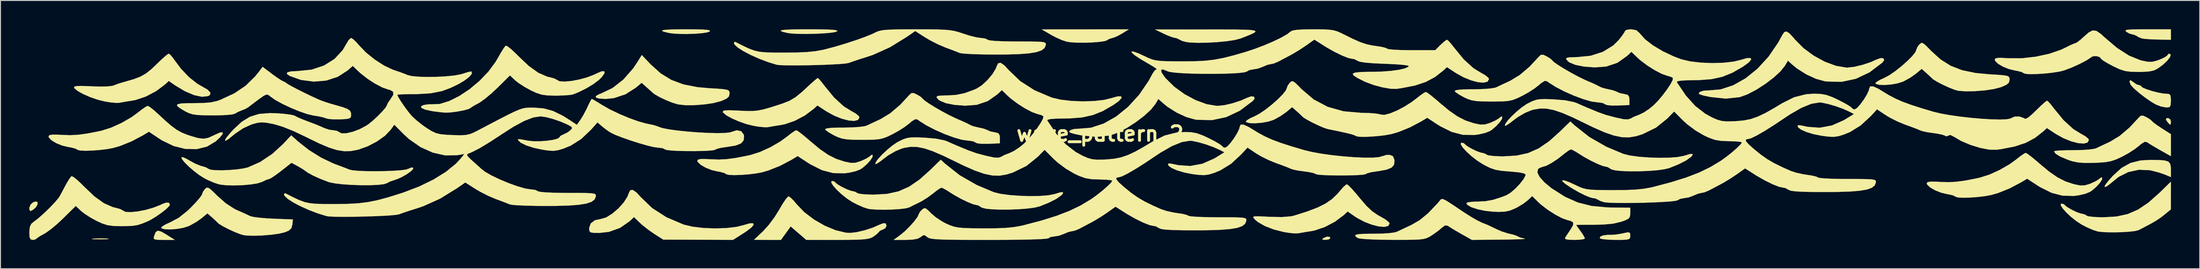
<source format=kicad_pcb>
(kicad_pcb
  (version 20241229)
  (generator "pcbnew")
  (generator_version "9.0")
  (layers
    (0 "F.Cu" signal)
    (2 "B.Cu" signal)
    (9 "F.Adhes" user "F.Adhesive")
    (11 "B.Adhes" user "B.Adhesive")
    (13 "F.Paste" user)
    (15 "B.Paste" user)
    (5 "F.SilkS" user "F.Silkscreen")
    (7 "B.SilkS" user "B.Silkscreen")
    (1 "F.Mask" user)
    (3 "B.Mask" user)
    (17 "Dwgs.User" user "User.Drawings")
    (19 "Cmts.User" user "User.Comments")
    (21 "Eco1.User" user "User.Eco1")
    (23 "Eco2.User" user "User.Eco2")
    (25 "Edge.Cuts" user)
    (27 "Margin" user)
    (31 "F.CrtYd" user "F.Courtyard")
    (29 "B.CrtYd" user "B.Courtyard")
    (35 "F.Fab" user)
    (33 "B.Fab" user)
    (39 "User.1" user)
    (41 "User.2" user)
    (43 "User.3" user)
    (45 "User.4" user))
  (footprint "wave_pattern_2"
    (layer "F.Cu")
    (at 111.402 10.891)
    (property "Reference" "wave_pattern_2" (at 0 0 0) (layer "F.SilkS") (effects (font (size 1.524 1.524) (thickness 0.3))))
    (attr through_hole)
    (fp_poly (pts (xy 23.883 10.755) (xy 23.949 10.886) (xy 23.792 11.016) (xy 23.45 11.064) (xy 23.133 11.037) (xy 23.142 10.943) (xy 23.223 10.886) (xy 23.606 10.725) (xy 23.883 10.755)) (stroke (width 0.01) (type solid)) (fill yes) (layer "F.SilkS"))
    (fp_poly (pts (xy 111.347 -1.482) (xy 111.397 -1.27) (xy 111.376 -0.967) (xy 111.262 -0.984) (xy 111.08 -1.179) (xy 110.872 -1.484) (xy 110.963 -1.618) (xy 111.125 -1.633) (xy 111.347 -1.482)) (stroke (width 0.01) (type solid)) (fill yes) (layer "F.SilkS"))
    (fp_poly (pts (xy -110.563 7.124) (xy -110.543 7.363) (xy -110.742 7.688) (xy -111.038 7.943) (xy -111.304 8.067) (xy -111.391 7.916) (xy -111.397 7.724) (xy -111.276 7.392) (xy -110.998 7.14) (xy -110.693 7.06) (xy -110.563 7.124)) (stroke (width 0.01) (type solid)) (fill yes) (layer "F.SilkS"))
    (fp_poly (pts (xy -103.365 10.927) (xy -103.273 10.935) (xy -103.125 10.967) (xy -103.301 10.991) (xy -103.759 11.004) (xy -104.049 11.005) (xy -104.61 10.997) (xy -104.891 10.978) (xy -104.86 10.949) (xy -104.725 10.934) (xy -104.04 10.906) (xy -103.365 10.927)) (stroke (width 0.01) (type solid)) (fill yes) (layer "F.SilkS"))
    (fp_poly (pts (xy -97.681 10.2) (xy -97.144 10.511) (xy -96.268 11.067) (xy -97.404 11.067) (xy -98.02 11.06) (xy -98.347 11.017) (xy -98.46 10.91) (xy -98.431 10.707) (xy -98.417 10.659) (xy -98.254 10.257) (xy -98.034 10.107) (xy -97.681 10.2)) (stroke (width 0.01) (type solid)) (fill yes) (layer "F.SilkS"))
    (fp_poly (pts (xy 2.268 -10.437) (xy 1.774 -10.167) (xy 1.371 -10.004) (xy 1.261 -9.984) (xy 0.888 -9.858) (xy 0.761 -9.76) (xy 0.482 -9.656) (xy -0.067 -9.574) (xy -0.79 -9.517) (xy -1.596 -9.489) (xy -2.39 -9.495) (xy -3.079 -9.537) (xy -3.46 -9.593) (xy -3.975 -9.762) (xy -4.627 -10.054) (xy -5.093 -10.304) (xy -6.078 -10.878) (xy -1.542 -10.881) (xy 2.994 -10.884) (xy 2.268 -10.437)) (stroke (width 0.01) (type solid)) (fill yes) (layer "F.SilkS"))
    (fp_poly (pts (xy 111.397 -9.797) (xy 110.082 -9.818) (xy 109.376 -9.84) (xy 108.777 -9.879) (xy 108.41 -9.925) (xy 108.404 -9.927) (xy 108.019 -10.075) (xy 107.868 -10.178) (xy 107.542 -10.331) (xy 107.415 -10.347) (xy 107.054 -10.456) (xy 106.781 -10.619) (xy 106.674 -10.726) (xy 106.71 -10.799) (xy 106.936 -10.847) (xy 107.398 -10.873) (xy 108.142 -10.884) (xy 108.913 -10.886) (xy 111.397 -10.886) (xy 111.397 -9.797)) (stroke (width 0.01) (type solid)) (fill yes) (layer "F.SilkS"))
    (fp_poly (pts (xy -42.015 -10.88) (xy -41.271 -10.859) (xy -40.812 -10.82) (xy -40.601 -10.76) (xy -40.597 -10.675) (xy -40.604 -10.667) (xy -40.886 -10.562) (xy -41.436 -10.48) (xy -42.163 -10.423) (xy -42.974 -10.397) (xy -43.774 -10.405) (xy -44.473 -10.449) (xy -44.86 -10.506) (xy -45.379 -10.631) (xy -45.587 -10.728) (xy -45.474 -10.8) (xy -45.031 -10.849) (xy -44.246 -10.877) (xy -43.109 -10.886) (xy -43.083 -10.886) (xy -42.015 -10.88)) (stroke (width 0.01) (type solid)) (fill yes) (layer "F.SilkS"))
    (fp_poly (pts (xy 55.085 10.303) (xy 55.151 10.478) (xy 55.154 10.633) (xy 55.138 10.844) (xy 55.04 10.972) (xy 54.789 11.039) (xy 54.312 11.064) (xy 53.623 11.067) (xy 52.912 11.048) (xy 52.35 10.999) (xy 52.027 10.927) (xy 51.987 10.899) (xy 52.036 10.722) (xy 52.36 10.592) (xy 52.869 10.537) (xy 53.089 10.542) (xy 53.607 10.516) (xy 54.235 10.417) (xy 54.383 10.384) (xy 54.861 10.282) (xy 55.085 10.303)) (stroke (width 0.01) (type solid)) (fill yes) (layer "F.SilkS"))
    (fp_poly (pts (xy -29.101 -10.88) (xy -28.242 -10.86) (xy -27.682 -10.823) (xy -27.39 -10.769) (xy -27.336 -10.694) (xy -27.349 -10.679) (xy -27.612 -10.589) (xy -28.155 -10.513) (xy -28.893 -10.455) (xy -29.743 -10.417) (xy -30.621 -10.401) (xy -31.444 -10.411) (xy -32.128 -10.45) (xy -32.523 -10.504) (xy -33.022 -10.624) (xy -33.235 -10.719) (xy -33.149 -10.79) (xy -32.749 -10.839) (xy -32.021 -10.87) (xy -30.951 -10.884) (xy -30.293 -10.886) (xy -29.101 -10.88)) (stroke (width 0.01) (type solid)) (fill yes) (layer "F.SilkS"))
    (fp_poly (pts (xy 14.049 -10.863) (xy 15.005 -10.847) (xy 15.663 -10.813) (xy 16.046 -10.757) (xy 16.174 -10.671) (xy 16.07 -10.55) (xy 15.755 -10.388) (xy 15.251 -10.18) (xy 14.605 -9.927) (xy 14.018 -9.774) (xy 13.173 -9.645) (xy 12.174 -9.548) (xy 11.123 -9.49) (xy 10.125 -9.478) (xy 9.284 -9.518) (xy 8.981 -9.556) (xy 8.535 -9.671) (xy 8.264 -9.811) (xy 7.938 -9.968) (xy 7.811 -9.985) (xy 7.497 -10.064) (xy 6.993 -10.259) (xy 6.622 -10.428) (xy 5.715 -10.865) (xy 11.158 -10.868) (xy 12.774 -10.868) (xy 14.049 -10.863)) (stroke (width 0.01) (type solid)) (fill yes) (layer "F.SilkS"))
    (fp_poly (pts (xy 110.14 2.738) (xy 110.757 2.789) (xy 111.131 2.908) (xy 111.322 3.123) (xy 111.39 3.462) (xy 111.397 3.731) (xy 111.397 4.517) (xy 110.752 4.248) (xy 110.174 4.05) (xy 109.466 3.863) (xy 109.174 3.801) (xy 108.072 3.756) (xy 106.962 3.997) (xy 105.977 4.491) (xy 105.728 4.681) (xy 105.134 5.175) (xy 104.763 5.457) (xy 104.569 5.558) (xy 104.504 5.509) (xy 104.503 5.486) (xy 104.619 5.27) (xy 104.924 4.88) (xy 105.353 4.398) (xy 105.365 4.386) (xy 106.267 3.566) (xy 107.192 3.048) (xy 108.247 2.785) (xy 109.22 2.728) (xy 110.14 2.738)) (stroke (width 0.01) (type solid)) (fill yes) (layer "F.SilkS"))
    (fp_poly (pts (xy 107.495 -5.38) (xy 107.501 -5.374) (xy 107.842 -5.138) (xy 108.054 -5.08) (xy 108.287 -4.999) (xy 108.313 -4.936) (xy 108.474 -4.801) (xy 108.886 -4.628) (xy 109.447 -4.449) (xy 110.05 -4.293) (xy 110.593 -4.193) (xy 110.86 -4.173) (xy 111.205 -4.144) (xy 111.358 -3.986) (xy 111.396 -3.597) (xy 111.397 -3.447) (xy 111.375 -2.982) (xy 111.263 -2.78) (xy 110.988 -2.738) (xy 110.898 -2.741) (xy 110.372 -2.839) (xy 109.855 -3.036) (xy 109.313 -3.357) (xy 108.689 -3.792) (xy 108.073 -4.27) (xy 107.559 -4.718) (xy 107.239 -5.064) (xy 107.2 -5.125) (xy 107.086 -5.476) (xy 107.202 -5.576) (xy 107.495 -5.38)) (stroke (width 0.01) (type solid)) (fill yes) (layer "F.SilkS"))
    (fp_poly (pts (xy -46.732 -7.205) (xy -45.719 -6.292) (xy -44.618 -5.614) (xy -43.362 -5.143) (xy -41.885 -4.855) (xy -40.64 -4.743) (xy -39.746 -4.691) (xy -39.153 -4.641) (xy -38.798 -4.577) (xy -38.621 -4.483) (xy -38.56 -4.341) (xy -38.554 -4.181) (xy -38.614 -3.891) (xy -38.849 -3.669) (xy -39.341 -3.444) (xy -39.461 -3.399) (xy -40.215 -3.199) (xy -41.182 -3.055) (xy -42.219 -2.978) (xy -43.185 -2.977) (xy -43.913 -3.059) (xy -44.48 -3.23) (xy -45.165 -3.504) (xy -45.832 -3.82) (xy -46.349 -4.118) (xy -46.506 -4.237) (xy -46.795 -4.498) (xy -47.187 -4.851) (xy -47.216 -4.877) (xy -47.698 -5.308) (xy -48.295 -4.806) (xy -49.377 -4.112) (xy -50.585 -3.712) (xy -51.439 -3.629) (xy -52.103 -3.666) (xy -52.45 -3.77) (xy -52.466 -3.924) (xy -52.138 -4.113) (xy -51.936 -4.186) (xy -50.738 -4.757) (xy -49.604 -5.644) (xy -48.59 -6.799) (xy -48.175 -7.414) (xy -47.685 -8.205) (xy -46.732 -7.205)) (stroke (width 0.01) (type solid)) (fill yes) (layer "F.SilkS"))
    (fp_poly (pts (xy 111.394 6.446) (xy 111.391 7.892) (xy 110.714 8.452) (xy 110.33 8.75) (xy 109.903 9.036) (xy 109.354 9.355) (xy 108.602 9.756) (xy 108.041 10.045) (xy 107.668 10.141) (xy 107.036 10.215) (xy 106.248 10.263) (xy 105.406 10.281) (xy 104.614 10.267) (xy 103.974 10.217) (xy 103.769 10.184) (xy 103.262 10.018) (xy 102.61 9.729) (xy 102.096 9.459) (xy 101.539 9.091) (xy 100.987 8.648) (xy 100.498 8.188) (xy 100.129 7.768) (xy 99.936 7.448) (xy 99.976 7.285) (xy 99.98 7.283) (xy 100.256 7.338) (xy 100.306 7.394) (xy 100.567 7.62) (xy 101.031 7.897) (xy 101.559 8.153) (xy 102.013 8.319) (xy 102.176 8.346) (xy 102.506 8.44) (xy 102.598 8.527) (xy 102.818 8.607) (xy 103.313 8.669) (xy 103.995 8.704) (xy 104.371 8.709) (xy 105.728 8.631) (xy 106.906 8.375) (xy 107.989 7.904) (xy 109.06 7.18) (xy 110.202 6.168) (xy 110.263 6.108) (xy 111.397 5) (xy 111.394 6.446)) (stroke (width 0.01) (type solid)) (fill yes) (layer "F.SilkS"))
    (fp_poly (pts (xy -48.234 6.125) (xy -47.784 6.613) (xy -46.596 7.758) (xy -45.111 8.711) (xy -43.345 9.463) (xy -43.299 9.478) (xy -42.401 9.691) (xy -41.292 9.823) (xy -40.086 9.871) (xy -38.9 9.835) (xy -37.849 9.714) (xy -37.126 9.536) (xy -36.461 9.346) (xy -36.099 9.338) (xy -36.043 9.493) (xy -36.295 9.792) (xy -36.857 10.215) (xy -37.032 10.328) (xy -38.191 11.064) (xy -41.819 11.051) (xy -45.448 11.038) (xy -46.355 10.461) (xy -46.99 10.019) (xy -47.607 9.532) (xy -47.879 9.288) (xy -48.496 8.693) (xy -48.968 9.135) (xy -49.95 9.818) (xy -51.108 10.232) (xy -52.104 10.341) (xy -52.695 10.333) (xy -53.01 10.279) (xy -53.135 10.137) (xy -53.159 9.865) (xy -53.159 9.826) (xy -52.995 9.351) (xy -52.555 9.016) (xy -51.925 8.882) (xy -51.388 8.727) (xy -50.757 8.335) (xy -50.119 7.788) (xy -49.56 7.164) (xy -49.167 6.542) (xy -49.056 6.241) (xy -48.889 5.895) (xy -48.622 5.854) (xy -48.234 6.125)) (stroke (width 0.01) (type solid)) (fill yes) (layer "F.SilkS"))
    (fp_poly (pts (xy -32.194 6.665) (xy -31.851 7.009) (xy -31.568 7.349) (xy -30.776 8.178) (xy -29.775 8.94) (xy -28.659 9.584) (xy -27.522 10.059) (xy -26.461 10.313) (xy -26.035 10.341) (xy -25.34 10.264) (xy -24.484 10.063) (xy -23.628 9.782) (xy -22.996 9.5) (xy -22.595 9.343) (xy -22.325 9.338) (xy -22.323 9.339) (xy -22.222 9.564) (xy -22.333 9.836) (xy -22.58 9.978) (xy -22.598 9.979) (xy -22.906 10.115) (xy -22.987 10.21) (xy -23.237 10.467) (xy -23.625 10.754) (xy -23.854 10.869) (xy -24.163 10.953) (xy -24.607 11.01) (xy -25.243 11.045) (xy -26.128 11.062) (xy -27.318 11.067) (xy -27.344 11.067) (xy -30.571 11.066) (xy -31.381 10.368) (xy -32.191 9.669) (xy -32.697 10.368) (xy -33.204 11.067) (xy -34.609 11.064) (xy -36.014 11.06) (xy -35.074 10.171) (xy -34.488 9.526) (xy -33.878 8.71) (xy -33.379 7.907) (xy -33.016 7.286) (xy -32.694 6.811) (xy -32.466 6.556) (xy -32.413 6.531) (xy -32.194 6.665)) (stroke (width 0.01) (type solid)) (fill yes) (layer "F.SilkS"))
    (fp_poly (pts (xy 108.844 -1.73) (xy 109.225 -1.502) (xy 109.428 -1.322) (xy 109.43 -1.316) (xy 109.606 -1.15) (xy 110 -0.862) (xy 110.445 -0.567) (xy 111.397 0.038) (xy 111.397 2.339) (xy 110.263 1.698) (xy 109.669 1.355) (xy 109.186 1.061) (xy 108.915 0.879) (xy 108.91 0.875) (xy 108.662 0.843) (xy 108.28 1.085) (xy 108.094 1.251) (xy 107.615 1.623) (xy 106.955 2.045) (xy 106.318 2.393) (xy 105.692 2.682) (xy 105.149 2.863) (xy 104.555 2.967) (xy 103.779 3.021) (xy 103.414 3.035) (xy 102.462 3.046) (xy 101.746 2.996) (xy 101.143 2.872) (xy 100.72 2.732) (xy 99.893 2.384) (xy 99.395 2.075) (xy 99.241 1.83) (xy 99.411 1.782) (xy 99.869 1.744) (xy 100.542 1.721) (xy 101.21 1.717) (xy 102.105 1.7) (xy 102.872 1.65) (xy 103.422 1.573) (xy 103.614 1.516) (xy 104.015 1.326) (xy 104.599 1.053) (xy 105.07 0.833) (xy 106.061 0.233) (xy 107.098 -0.649) (xy 107.998 -1.619) (xy 108.25 -1.868) (xy 108.496 -1.887) (xy 108.844 -1.73)) (stroke (width 0.01) (type solid)) (fill yes) (layer "F.SilkS"))
    (fp_poly (pts (xy 25.855 5.402) (xy 26.204 5.759) (xy 26.661 6.282) (xy 26.994 6.688) (xy 27.695 7.508) (xy 28.309 8.087) (xy 28.922 8.504) (xy 29.126 8.613) (xy 29.649 8.915) (xy 30.008 9.194) (xy 30.117 9.362) (xy 29.968 9.616) (xy 29.566 9.711) (xy 28.976 9.661) (xy 28.265 9.48) (xy 27.497 9.182) (xy 26.739 8.78) (xy 26.463 8.6) (xy 25.754 8.109) (xy 25.35 8.48) (xy 24.434 9.168) (xy 23.368 9.729) (xy 22.306 10.087) (xy 22.025 10.141) (xy 21.38 10.244) (xy 20.838 10.337) (xy 20.592 10.383) (xy 20.225 10.391) (xy 19.644 10.333) (xy 19.114 10.248) (xy 18.063 9.98) (xy 17.123 9.614) (xy 16.39 9.191) (xy 16.089 8.926) (xy 15.95 8.762) (xy 15.932 8.66) (xy 16.087 8.611) (xy 16.47 8.606) (xy 17.134 8.636) (xy 17.592 8.661) (xy 18.888 8.689) (xy 19.841 8.612) (xy 20.191 8.534) (xy 21.555 8.101) (xy 22.624 7.692) (xy 23.461 7.273) (xy 24.128 6.812) (xy 24.689 6.273) (xy 24.953 5.959) (xy 25.305 5.557) (xy 25.587 5.309) (xy 25.672 5.272) (xy 25.855 5.402)) (stroke (width 0.01) (type solid)) (fill yes) (layer "F.SilkS"))
    (fp_poly (pts (xy 71.719 -10.458) (xy 72.161 -9.978) (xy 72.299 -9.811) (xy 73.177 -8.923) (xy 74.241 -8.138) (xy 75.397 -7.506) (xy 76.555 -7.076) (xy 77.622 -6.897) (xy 77.742 -6.894) (xy 78.445 -6.972) (xy 79.308 -7.177) (xy 80.17 -7.463) (xy 80.797 -7.745) (xy 81.22 -7.89) (xy 81.502 -7.85) (xy 81.567 -7.665) (xy 81.389 -7.418) (xy 80.034 -6.394) (xy 78.62 -5.726) (xy 77.137 -5.411) (xy 75.574 -5.446) (xy 75.364 -5.476) (xy 74.457 -5.731) (xy 73.46 -6.193) (xy 72.516 -6.789) (xy 72.02 -7.193) (xy 71.558 -7.615) (xy 71.25 -7.094) (xy 70.776 -6.498) (xy 70.056 -5.837) (xy 69.18 -5.175) (xy 68.243 -4.575) (xy 67.335 -4.101) (xy 66.548 -3.818) (xy 66.527 -3.813) (xy 65.089 -3.66) (xy 63.5 -3.828) (xy 62.793 -3.977) (xy 62.399 -4.096) (xy 62.272 -4.206) (xy 62.366 -4.332) (xy 62.417 -4.367) (xy 62.786 -4.485) (xy 63.228 -4.512) (xy 64.534 -4.615) (xy 65.857 -5.048) (xy 67.158 -5.781) (xy 68.397 -6.785) (xy 69.536 -8.029) (xy 70.534 -9.486) (xy 70.974 -10.296) (xy 71.178 -10.598) (xy 71.409 -10.658) (xy 71.719 -10.458)) (stroke (width 0.01) (type solid)) (fill yes) (layer "F.SilkS"))
    (fp_poly (pts (xy -29.22 -5.672) (xy -28.93 -5.328) (xy -28.708 -5.035) (xy -27.663 -3.759) (xy -26.654 -2.84) (xy -25.899 -2.376) (xy -25.413 -2.099) (xy -25.1 -1.836) (xy -25.037 -1.711) (xy -25.185 -1.44) (xy -25.586 -1.335) (xy -26.178 -1.383) (xy -26.899 -1.573) (xy -27.685 -1.893) (xy -28.474 -2.33) (xy -28.566 -2.39) (xy -29.41 -2.949) (xy -29.809 -2.583) (xy -30.721 -1.899) (xy -31.784 -1.339) (xy -32.843 -0.981) (xy -33.129 -0.926) (xy -33.774 -0.823) (xy -34.316 -0.73) (xy -34.562 -0.684) (xy -34.927 -0.677) (xy -35.508 -0.734) (xy -36.072 -0.825) (xy -36.815 -1.012) (xy -37.589 -1.283) (xy -38.306 -1.597) (xy -38.876 -1.914) (xy -39.211 -2.193) (xy -39.253 -2.265) (xy -39.229 -2.373) (xy -39.02 -2.432) (xy -38.572 -2.446) (xy -37.833 -2.42) (xy -37.536 -2.405) (xy -36.769 -2.369) (xy -36.158 -2.368) (xy -35.61 -2.419) (xy -35.031 -2.535) (xy -34.326 -2.734) (xy -33.404 -3.03) (xy -33.034 -3.152) (xy -32.322 -3.433) (xy -31.696 -3.803) (xy -31.032 -4.343) (xy -30.677 -4.672) (xy -30.14 -5.172) (xy -29.704 -5.559) (xy -29.431 -5.778) (xy -29.378 -5.806) (xy -29.22 -5.672)) (stroke (width 0.01) (type solid)) (fill yes) (layer "F.SilkS"))
    (fp_poly (pts (xy -96.703 -8.208) (xy -96.439 -7.875) (xy -96.42 -7.847) (xy -95.642 -6.796) (xy -94.777 -5.887) (xy -93.908 -5.201) (xy -93.508 -4.972) (xy -92.863 -4.6) (xy -92.562 -4.287) (xy -92.611 -4.038) (xy -92.816 -3.92) (xy -93.439 -3.852) (xy -94.25 -4.024) (xy -95.183 -4.416) (xy -96.174 -5.005) (xy -96.207 -5.027) (xy -96.891 -5.498) (xy -97.295 -5.127) (xy -98.212 -4.439) (xy -99.278 -3.878) (xy -100.339 -3.52) (xy -100.62 -3.466) (xy -101.265 -3.363) (xy -101.808 -3.27) (xy -102.054 -3.224) (xy -102.418 -3.217) (xy -103 -3.274) (xy -103.564 -3.365) (xy -104.304 -3.552) (xy -105.077 -3.822) (xy -105.793 -4.135) (xy -106.364 -4.451) (xy -106.701 -4.73) (xy -106.743 -4.802) (xy -106.717 -4.908) (xy -106.503 -4.966) (xy -106.051 -4.983) (xy -105.308 -4.96) (xy -104.935 -4.943) (xy -104.015 -4.916) (xy -103.263 -4.933) (xy -102.758 -4.992) (xy -102.635 -5.029) (xy -102.196 -5.197) (xy -101.624 -5.375) (xy -101.509 -5.406) (xy -100.55 -5.682) (xy -99.836 -5.956) (xy -99.253 -6.289) (xy -98.689 -6.743) (xy -98.198 -7.212) (xy -97.672 -7.718) (xy -97.236 -8.108) (xy -96.956 -8.322) (xy -96.9 -8.346) (xy -96.703 -8.208)) (stroke (width 0.01) (type solid)) (fill yes) (layer "F.SilkS"))
    (fp_poly (pts (xy 85.786 -9.308) (xy 86.161 -8.943) (xy 86.452 -8.64) (xy 87.431 -7.75) (xy 88.48 -7.087) (xy 89.67 -6.624) (xy 91.071 -6.332) (xy 92.529 -6.195) (xy 93.423 -6.142) (xy 94.016 -6.092) (xy 94.37 -6.028) (xy 94.547 -5.934) (xy 94.608 -5.793) (xy 94.615 -5.633) (xy 94.555 -5.343) (xy 94.32 -5.121) (xy 93.828 -4.896) (xy 93.708 -4.85) (xy 92.991 -4.662) (xy 92.048 -4.52) (xy 91.014 -4.436) (xy 90.024 -4.421) (xy 89.288 -4.476) (xy 88.872 -4.593) (xy 88.288 -4.825) (xy 87.648 -5.12) (xy 87.065 -5.423) (xy 86.652 -5.681) (xy 86.54 -5.781) (xy 86.352 -5.969) (xy 86.014 -6.279) (xy 85.959 -6.328) (xy 85.47 -6.76) (xy 84.873 -6.257) (xy 84.309 -5.858) (xy 83.651 -5.492) (xy 83.489 -5.418) (xy 82.939 -5.247) (xy 82.278 -5.132) (xy 81.615 -5.081) (xy 81.055 -5.099) (xy 80.707 -5.194) (xy 80.658 -5.241) (xy 80.757 -5.387) (xy 81.116 -5.606) (xy 81.57 -5.813) (xy 82.089 -6.089) (xy 82.71 -6.515) (xy 83.362 -7.03) (xy 83.977 -7.574) (xy 84.485 -8.086) (xy 84.816 -8.505) (xy 84.909 -8.734) (xy 85.021 -9.027) (xy 85.212 -9.288) (xy 85.381 -9.444) (xy 85.549 -9.462) (xy 85.786 -9.308)) (stroke (width 0.01) (type solid)) (fill yes) (layer "F.SilkS"))
    (fp_poly (pts (xy -92.566 5.776) (xy -92.181 6.133) (xy -91.823 6.493) (xy -90.951 7.259) (xy -90.068 7.831) (xy -89.804 7.958) (xy -89.197 8.226) (xy -88.681 8.464) (xy -88.446 8.581) (xy -88.124 8.666) (xy -87.529 8.748) (xy -86.751 8.817) (xy -86.033 8.856) (xy -83.982 8.936) (xy -84.037 9.476) (xy -84.138 9.854) (xy -84.411 10.1) (xy -84.818 10.272) (xy -85.417 10.417) (xy -86.252 10.531) (xy -87.193 10.607) (xy -88.114 10.634) (xy -88.886 10.603) (xy -89.056 10.583) (xy -89.473 10.466) (xy -90.057 10.234) (xy -90.696 9.939) (xy -91.279 9.636) (xy -91.692 9.378) (xy -91.804 9.277) (xy -91.992 9.089) (xy -92.33 8.779) (xy -92.385 8.73) (xy -92.874 8.299) (xy -93.471 8.801) (xy -94.035 9.2) (xy -94.694 9.567) (xy -94.855 9.641) (xy -95.405 9.812) (xy -96.066 9.926) (xy -96.73 9.978) (xy -97.289 9.959) (xy -97.638 9.865) (xy -97.687 9.817) (xy -97.586 9.672) (xy -97.226 9.454) (xy -96.745 9.235) (xy -95.865 8.768) (xy -94.97 8.056) (xy -94.57 7.67) (xy -94.062 7.136) (xy -93.672 6.683) (xy -93.459 6.382) (xy -93.436 6.316) (xy -93.324 6.028) (xy -93.141 5.781) (xy -92.98 5.636) (xy -92.81 5.623) (xy -92.566 5.776)) (stroke (width 0.01) (type solid)) (fill yes) (layer "F.SilkS"))
    (fp_poly (pts (xy -98.864 -2.786) (xy -98.475 -2.482) (xy -98.026 -2.08) (xy -97.22 -1.332) (xy -96.592 -0.792) (xy -96.063 -0.408) (xy -95.558 -0.128) (xy -94.999 0.1) (xy -94.581 0.241) (xy -93.831 0.456) (xy -93.276 0.52) (xy -92.778 0.425) (xy -92.198 0.165) (xy -92.085 0.105) (xy -91.55 -0.132) (xy -91.285 -0.147) (xy -91.294 0.036) (xy -91.578 0.395) (xy -92.005 0.792) (xy -92.916 1.342) (xy -93.988 1.605) (xy -95.164 1.584) (xy -96.386 1.28) (xy -97.596 0.696) (xy -97.842 0.539) (xy -98.958 -0.207) (xy -99.599 0.178) (xy -100.77 0.796) (xy -101.97 1.279) (xy -102.689 1.488) (xy -103.325 1.605) (xy -104.073 1.695) (xy -104.841 1.753) (xy -105.539 1.774) (xy -106.077 1.755) (xy -106.364 1.69) (xy -106.384 1.671) (xy -106.612 1.548) (xy -107.071 1.43) (xy -107.334 1.386) (xy -107.989 1.232) (xy -108.612 0.977) (xy -109.106 0.675) (xy -109.377 0.376) (xy -109.401 0.275) (xy -109.319 0.153) (xy -109.03 0.097) (xy -108.477 0.098) (xy -107.995 0.124) (xy -107.155 0.151) (xy -106.339 0.11) (xy -105.436 -0.01) (xy -104.336 -0.222) (xy -103.868 -0.324) (xy -102.882 -0.636) (xy -101.796 -1.13) (xy -100.763 -1.73) (xy -100.116 -2.201) (xy -99.636 -2.574) (xy -99.254 -2.829) (xy -99.082 -2.903) (xy -98.864 -2.786)) (stroke (width 0.01) (type solid)) (fill yes) (layer "F.SilkS"))
    (fp_poly (pts (xy -31.407 -0.25) (xy -31.007 0.053) (xy -30.478 0.492) (xy -30.189 0.744) (xy -29.18 1.586) (xy -28.308 2.191) (xy -27.487 2.609) (xy -26.633 2.892) (xy -26.556 2.911) (xy -25.942 3.036) (xy -25.479 3.029) (xy -24.979 2.881) (xy -24.833 2.824) (xy -24.334 2.594) (xy -23.986 2.376) (xy -23.914 2.302) (xy -23.728 2.187) (xy -23.665 2.219) (xy -23.681 2.431) (xy -23.91 2.781) (xy -24.278 3.185) (xy -24.712 3.557) (xy -24.946 3.714) (xy -25.43 3.906) (xy -26.102 4.061) (xy -26.6 4.127) (xy -27.784 4.1) (xy -28.933 3.799) (xy -30.128 3.199) (xy -30.479 2.978) (xy -31.462 2.33) (xy -32.105 2.716) (xy -33.28 3.336) (xy -34.481 3.82) (xy -35.197 4.028) (xy -35.834 4.145) (xy -36.581 4.235) (xy -37.349 4.293) (xy -38.047 4.314) (xy -38.585 4.295) (xy -38.873 4.23) (xy -38.893 4.211) (xy -39.122 4.086) (xy -39.577 3.968) (xy -39.797 3.932) (xy -40.426 3.783) (xy -41.044 3.535) (xy -41.556 3.238) (xy -41.863 2.946) (xy -41.91 2.811) (xy -41.824 2.692) (xy -41.526 2.636) (xy -40.959 2.639) (xy -40.504 2.664) (xy -39.664 2.691) (xy -38.848 2.65) (xy -37.944 2.53) (xy -36.845 2.318) (xy -36.376 2.216) (xy -35.391 1.904) (xy -34.305 1.41) (xy -33.272 0.81) (xy -32.625 0.339) (xy -32.148 -0.034) (xy -31.774 -0.288) (xy -31.608 -0.363) (xy -31.407 -0.25)) (stroke (width 0.01) (type solid)) (fill yes) (layer "F.SilkS"))
    (fp_poly (pts (xy 96.5 2.109) (xy 96.9 2.412) (xy 97.429 2.851) (xy 97.718 3.102) (xy 98.727 3.944) (xy 99.6 4.549) (xy 100.421 4.968) (xy 101.275 5.251) (xy 101.351 5.27) (xy 101.965 5.394) (xy 102.428 5.387) (xy 102.928 5.24) (xy 103.074 5.183) (xy 103.574 4.952) (xy 103.921 4.735) (xy 103.994 4.661) (xy 104.18 4.545) (xy 104.242 4.577) (xy 104.226 4.789) (xy 103.997 5.14) (xy 103.629 5.544) (xy 103.196 5.916) (xy 102.961 6.073) (xy 102.477 6.264) (xy 101.805 6.42) (xy 101.307 6.485) (xy 100.123 6.458) (xy 98.975 6.157) (xy 97.779 5.558) (xy 97.428 5.336) (xy 96.445 4.689) (xy 95.802 5.075) (xy 94.627 5.695) (xy 93.426 6.179) (xy 92.71 6.387) (xy 92.073 6.504) (xy 91.326 6.593) (xy 90.558 6.651) (xy 89.86 6.673) (xy 89.322 6.653) (xy 89.034 6.589) (xy 89.015 6.57) (xy 88.785 6.444) (xy 88.33 6.327) (xy 88.11 6.291) (xy 87.482 6.142) (xy 86.863 5.893) (xy 86.351 5.597) (xy 86.044 5.305) (xy 85.997 5.17) (xy 86.084 5.05) (xy 86.381 4.995) (xy 86.949 4.998) (xy 87.403 5.023) (xy 88.243 5.05) (xy 89.06 5.009) (xy 89.963 4.889) (xy 91.063 4.677) (xy 91.531 4.575) (xy 92.516 4.263) (xy 93.602 3.768) (xy 94.635 3.169) (xy 95.283 2.697) (xy 95.759 2.325) (xy 96.134 2.07) (xy 96.299 1.996) (xy 96.5 2.109)) (stroke (width 0.01) (type solid)) (fill yes) (layer "F.SilkS"))
    (fp_poly (pts (xy -106.82 4.502) (xy -106.449 4.792) (xy -105.965 5.244) (xy -105.717 5.498) (xy -104.628 6.534) (xy -103.639 7.245) (xy -102.724 7.65) (xy -102.438 7.719) (xy -101.979 7.84) (xy -101.699 7.98) (xy -101.678 8.003) (xy -101.396 8.145) (xy -100.858 8.174) (xy -100.146 8.104) (xy -99.342 7.949) (xy -98.532 7.722) (xy -97.797 7.438) (xy -97.547 7.314) (xy -97.136 7.174) (xy -96.851 7.213) (xy -96.78 7.404) (xy -96.845 7.535) (xy -97.144 7.839) (xy -97.646 8.236) (xy -98.237 8.647) (xy -98.801 8.988) (xy -99.06 9.117) (xy -99.667 9.369) (xy -100.159 9.523) (xy -100.671 9.602) (xy -101.335 9.631) (xy -101.845 9.635) (xy -102.66 9.616) (xy -103.271 9.531) (xy -103.834 9.349) (xy -104.395 9.09) (xy -105.062 8.723) (xy -105.676 8.323) (xy -106.037 8.036) (xy -106.573 7.529) (xy -107.853 8.799) (xy -108.491 9.396) (xy -109.127 9.93) (xy -109.663 10.319) (xy -109.856 10.432) (xy -110.308 10.68) (xy -110.597 10.88) (xy -110.641 10.931) (xy -110.849 11.045) (xy -111.049 11.067) (xy -111.27 11.007) (xy -111.373 10.766) (xy -111.397 10.272) (xy -111.355 9.721) (xy -111.188 9.382) (xy -110.918 9.162) (xy -110.459 8.811) (xy -109.888 8.304) (xy -109.292 7.728) (xy -108.755 7.164) (xy -108.363 6.699) (xy -108.234 6.506) (xy -108.007 6.081) (xy -107.709 5.52) (xy -107.596 5.306) (xy -107.32 4.829) (xy -107.088 4.499) (xy -107.013 4.427) (xy -106.82 4.502)) (stroke (width 0.01) (type solid)) (fill yes) (layer "F.SilkS"))
    (fp_poly (pts (xy 35.843 6.885) (xy 36.195 7.09) (xy 36.731 7.439) (xy 37.5 7.956) (xy 37.893 8.22) (xy 38.569 8.651) (xy 39.206 9.019) (xy 39.692 9.26) (xy 39.78 9.295) (xy 40.32 9.512) (xy 40.946 9.806) (xy 41.122 9.896) (xy 41.76 10.179) (xy 42.416 10.39) (xy 42.573 10.425) (xy 43.07 10.546) (xy 43.414 10.679) (xy 43.452 10.704) (xy 43.752 10.837) (xy 44.178 10.933) (xy 44.19 10.961) (xy 43.885 10.987) (xy 43.309 11.011) (xy 42.509 11.029) (xy 41.701 11.04) (xy 38.679 11.067) (xy 37.528 10.417) (xy 36.93 10.071) (xy 36.444 9.777) (xy 36.17 9.594) (xy 36.162 9.588) (xy 35.885 9.552) (xy 35.578 9.779) (xy 35.193 10.106) (xy 34.67 10.484) (xy 34.481 10.607) (xy 34.211 10.77) (xy 33.952 10.889) (xy 33.644 10.971) (xy 33.227 11.022) (xy 32.641 11.05) (xy 31.825 11.061) (xy 30.719 11.062) (xy 30.438 11.062) (xy 29.285 11.05) (xy 28.289 11.02) (xy 27.503 10.975) (xy 26.984 10.919) (xy 26.806 10.871) (xy 26.556 10.69) (xy 26.55 10.562) (xy 26.816 10.48) (xy 27.383 10.437) (xy 28.279 10.425) (xy 28.457 10.425) (xy 29.352 10.409) (xy 30.119 10.359) (xy 30.67 10.282) (xy 30.861 10.224) (xy 31.256 10.038) (xy 31.84 9.763) (xy 32.373 9.514) (xy 33.246 9.009) (xy 34.12 8.289) (xy 35.061 7.302) (xy 35.253 7.078) (xy 35.378 6.921) (xy 35.485 6.822) (xy 35.623 6.803) (xy 35.843 6.885)) (stroke (width 0.01) (type solid)) (fill yes) (layer "F.SilkS"))
    (fp_poly (pts (xy -61.646 -9.105) (xy -61.274 -8.815) (xy -60.79 -8.363) (xy -60.541 -8.109) (xy -59.452 -7.074) (xy -58.463 -6.362) (xy -57.548 -5.957) (xy -57.262 -5.889) (xy -56.803 -5.767) (xy -56.523 -5.628) (xy -56.502 -5.604) (xy -56.222 -5.464) (xy -55.685 -5.435) (xy -54.975 -5.503) (xy -54.176 -5.655) (xy -53.371 -5.877) (xy -52.644 -6.155) (xy -52.405 -6.273) (xy -51.858 -6.508) (xy -51.575 -6.507) (xy -51.566 -6.298) (xy -51.845 -5.907) (xy -52.115 -5.634) (xy -52.697 -5.188) (xy -53.479 -4.718) (xy -54.311 -4.307) (xy -54.873 -4.09) (xy -55.217 -4.035) (xy -55.809 -3.993) (xy -56.529 -3.973) (xy -56.669 -3.972) (xy -57.484 -3.991) (xy -58.095 -4.076) (xy -58.659 -4.259) (xy -59.219 -4.517) (xy -59.887 -4.885) (xy -60.5 -5.284) (xy -60.861 -5.571) (xy -61.398 -6.078) (xy -62.677 -4.808) (xy -63.315 -4.211) (xy -63.951 -3.678) (xy -64.487 -3.288) (xy -64.681 -3.175) (xy -65.143 -2.926) (xy -65.452 -2.727) (xy -65.505 -2.678) (xy -65.745 -2.561) (xy -66.231 -2.434) (xy -66.849 -2.316) (xy -67.484 -2.23) (xy -68.02 -2.197) (xy -68.106 -2.198) (xy -68.636 -2.243) (xy -69.302 -2.328) (xy -69.557 -2.368) (xy -70.217 -2.517) (xy -70.593 -2.682) (xy -70.661 -2.845) (xy -70.395 -2.986) (xy -70.349 -2.998) (xy -69.86 -3.07) (xy -69.552 -3.066) (xy -68.7 -3.103) (xy -67.715 -3.408) (xy -66.659 -3.937) (xy -65.589 -4.651) (xy -64.566 -5.508) (xy -63.649 -6.465) (xy -62.898 -7.482) (xy -62.684 -7.846) (xy -62.342 -8.446) (xy -62.049 -8.914) (xy -61.859 -9.164) (xy -61.84 -9.179) (xy -61.646 -9.105)) (stroke (width 0.01) (type solid)) (fill yes) (layer "F.SilkS"))
    (fp_poly (pts (xy 103.654 -10.721) (xy 104.116 -10.401) (xy 104.514 -10.036) (xy 105.807 -8.937) (xy 107.049 -8.141) (xy 108.209 -7.669) (xy 108.343 -7.635) (xy 108.975 -7.505) (xy 109.438 -7.493) (xy 109.906 -7.607) (xy 110.195 -7.712) (xy 110.679 -7.925) (xy 110.982 -8.115) (xy 111.034 -8.189) (xy 111.173 -8.341) (xy 111.216 -8.346) (xy 111.385 -8.246) (xy 111.305 -7.984) (xy 111.021 -7.615) (xy 110.573 -7.194) (xy 110.036 -6.799) (xy 109.644 -6.603) (xy 109.143 -6.492) (xy 108.429 -6.446) (xy 108.032 -6.442) (xy 107.234 -6.459) (xy 106.639 -6.537) (xy 106.091 -6.712) (xy 105.432 -7.019) (xy 105.356 -7.058) (xy 104.773 -7.371) (xy 104.342 -7.636) (xy 104.145 -7.802) (xy 104.14 -7.816) (xy 103.989 -7.994) (xy 103.651 -8.093) (xy 103.301 -8.077) (xy 103.179 -8.017) (xy 102.64 -7.661) (xy 101.89 -7.266) (xy 101.065 -6.893) (xy 100.302 -6.607) (xy 99.887 -6.494) (xy 99.168 -6.376) (xy 98.368 -6.286) (xy 97.576 -6.23) (xy 96.876 -6.211) (xy 96.354 -6.234) (xy 96.098 -6.302) (xy 96.09 -6.311) (xy 95.861 -6.437) (xy 95.405 -6.554) (xy 95.185 -6.59) (xy 94.549 -6.742) (xy 93.927 -6.994) (xy 93.417 -7.294) (xy 93.115 -7.592) (xy 93.073 -7.723) (xy 93.145 -7.847) (xy 93.405 -7.905) (xy 93.916 -7.904) (xy 94.479 -7.87) (xy 95.864 -7.866) (xy 97.324 -8.028) (xy 98.735 -8.333) (xy 99.973 -8.758) (xy 100.417 -8.97) (xy 100.933 -9.229) (xy 101.324 -9.397) (xy 101.458 -9.434) (xy 101.675 -9.55) (xy 102.046 -9.845) (xy 102.292 -10.069) (xy 102.843 -10.553) (xy 103.264 -10.771) (xy 103.654 -10.721)) (stroke (width 0.01) (type solid)) (fill yes) (layer "F.SilkS"))
    (fp_poly (pts (xy -86.119 -6.208) (xy -85.59 -5.827) (xy -85.166 -5.552) (xy -84.935 -5.443) (xy -84.931 -5.443) (xy -84.708 -5.327) (xy -84.697 -5.307) (xy -84.518 -5.176) (xy -84.086 -4.932) (xy -83.476 -4.612) (xy -82.764 -4.255) (xy -82.025 -3.899) (xy -81.337 -3.584) (xy -81.189 -3.519) (xy -80.712 -3.342) (xy -80.052 -3.13) (xy -79.556 -2.988) (xy -78.785 -2.766) (xy -78.301 -2.583) (xy -78.041 -2.398) (xy -77.937 -2.171) (xy -77.924 -1.976) (xy -77.949 -1.741) (xy -78.08 -1.606) (xy -78.399 -1.538) (xy -78.987 -1.503) (xy -79.103 -1.498) (xy -79.757 -1.498) (xy -80.288 -1.542) (xy -80.554 -1.611) (xy -80.881 -1.721) (xy -81.424 -1.834) (xy -81.82 -1.893) (xy -82.473 -2.045) (xy -83.314 -2.335) (xy -84.232 -2.715) (xy -85.118 -3.137) (xy -85.861 -3.551) (xy -86.301 -3.865) (xy -86.532 -4.047) (xy -86.733 -4.088) (xy -87.004 -3.965) (xy -87.444 -3.654) (xy -87.571 -3.559) (xy -88.074 -3.182) (xy -88.472 -2.879) (xy -88.642 -2.746) (xy -88.961 -2.569) (xy -89.277 -2.449) (xy -89.725 -2.262) (xy -89.971 -2.11) (xy -90.279 -2.015) (xy -90.902 -1.949) (xy -91.791 -1.915) (xy -92.33 -1.913) (xy -93.268 -1.923) (xy -93.933 -1.957) (xy -94.414 -2.028) (xy -94.801 -2.15) (xy -95.184 -2.337) (xy -95.237 -2.366) (xy -95.778 -2.69) (xy -96.038 -2.919) (xy -95.997 -3.067) (xy -95.64 -3.151) (xy -94.949 -3.185) (xy -94.301 -3.187) (xy -93.291 -3.201) (xy -92.535 -3.267) (xy -91.925 -3.397) (xy -91.531 -3.533) (xy -90.084 -4.205) (xy -88.907 -4.996) (xy -87.911 -5.971) (xy -87.517 -6.461) (xy -87.132 -6.973) (xy -86.119 -6.208)) (stroke (width 0.01) (type solid)) (fill yes) (layer "F.SilkS"))
    (fp_poly (pts (xy -19.063 -4.089) (xy -18.682 -3.86) (xy -18.48 -3.678) (xy -18.477 -3.672) (xy -18.274 -3.473) (xy -17.824 -3.158) (xy -17.204 -2.771) (xy -16.491 -2.359) (xy -15.761 -1.966) (xy -15.093 -1.64) (xy -14.856 -1.536) (xy -14.247 -1.272) (xy -13.766 -1.048) (xy -13.516 -0.912) (xy -13.232 -0.793) (xy -12.752 -0.67) (xy -12.609 -0.642) (xy -12.104 -0.524) (xy -11.75 -0.394) (xy -11.702 -0.363) (xy -11.401 -0.236) (xy -10.976 -0.152) (xy -10.588 -0.055) (xy -10.446 0.196) (xy -10.432 0.454) (xy -10.432 0.998) (xy -11.641 1.051) (xy -12.313 1.053) (xy -12.786 0.998) (xy -12.967 0.915) (xy -13.212 0.787) (xy -13.654 0.726) (xy -13.708 0.726) (xy -14.36 0.634) (xy -15.222 0.388) (xy -16.196 0.025) (xy -17.185 -0.412) (xy -18.094 -0.884) (xy -18.826 -1.35) (xy -18.997 -1.483) (xy -19.245 -1.516) (xy -19.627 -1.273) (xy -19.813 -1.107) (xy -20.291 -0.735) (xy -20.95 -0.31) (xy -21.59 0.043) (xy -22.135 0.305) (xy -22.585 0.476) (xy -23.046 0.575) (xy -23.623 0.621) (xy -24.421 0.634) (xy -24.765 0.635) (xy -25.687 0.626) (xy -26.346 0.588) (xy -26.838 0.507) (xy -27.263 0.366) (xy -27.659 0.181) (xy -28.165 -0.101) (xy -28.516 -0.347) (xy -28.614 -0.461) (xy -28.467 -0.553) (xy -27.974 -0.613) (xy -27.147 -0.641) (xy -26.7 -0.642) (xy -25.804 -0.658) (xy -25.036 -0.709) (xy -24.485 -0.786) (xy -24.294 -0.843) (xy -23.892 -1.032) (xy -23.308 -1.306) (xy -22.838 -1.525) (xy -21.846 -2.126) (xy -20.809 -3.008) (xy -19.909 -3.978) (xy -19.657 -4.226) (xy -19.411 -4.246) (xy -19.063 -4.089)) (stroke (width 0.01) (type solid)) (fill yes) (layer "F.SilkS"))
    (fp_poly (pts (xy 46.432 -8.08) (xy 46.814 -7.851) (xy 47.016 -7.669) (xy 47.019 -7.663) (xy 47.221 -7.464) (xy 47.671 -7.149) (xy 48.292 -6.762) (xy 49.005 -6.35) (xy 49.735 -5.958) (xy 50.403 -5.631) (xy 50.64 -5.527) (xy 51.249 -5.264) (xy 51.73 -5.039) (xy 51.979 -4.903) (xy 52.264 -4.784) (xy 52.744 -4.661) (xy 52.886 -4.634) (xy 53.392 -4.516) (xy 53.745 -4.385) (xy 53.794 -4.354) (xy 54.094 -4.227) (xy 54.519 -4.144) (xy 54.908 -4.047) (xy 55.049 -3.795) (xy 55.064 -3.538) (xy 55.064 -2.994) (xy 53.855 -2.94) (xy 53.183 -2.939) (xy 52.709 -2.993) (xy 52.528 -3.076) (xy 52.284 -3.205) (xy 51.842 -3.265) (xy 51.788 -3.266) (xy 51.135 -3.357) (xy 50.274 -3.604) (xy 49.3 -3.966) (xy 48.31 -4.403) (xy 47.401 -4.875) (xy 46.67 -5.341) (xy 46.498 -5.475) (xy 46.251 -5.507) (xy 45.869 -5.265) (xy 45.682 -5.099) (xy 45.205 -4.726) (xy 44.545 -4.302) (xy 43.906 -3.949) (xy 43.361 -3.686) (xy 42.91 -3.515) (xy 42.449 -3.416) (xy 41.873 -3.37) (xy 41.074 -3.357) (xy 40.731 -3.356) (xy 39.808 -3.366) (xy 39.15 -3.403) (xy 38.658 -3.484) (xy 38.233 -3.625) (xy 37.837 -3.81) (xy 37.331 -4.092) (xy 36.98 -4.339) (xy 36.882 -4.452) (xy 37.028 -4.544) (xy 37.522 -4.604) (xy 38.348 -4.632) (xy 38.796 -4.633) (xy 39.692 -4.65) (xy 40.46 -4.7) (xy 41.011 -4.777) (xy 41.202 -4.834) (xy 41.603 -5.024) (xy 42.187 -5.297) (xy 42.658 -5.517) (xy 43.649 -6.117) (xy 44.687 -6.999) (xy 45.587 -7.969) (xy 45.839 -8.218) (xy 46.085 -8.237) (xy 46.432 -8.08)) (stroke (width 0.01) (type solid)) (fill yes) (layer "F.SilkS"))
    (fp_poly (pts (xy -16.129 3.123) (xy -14.603 4.331) (xy -12.835 5.346) (xy -11.067 6.091) (xy -10.4 6.258) (xy -9.491 6.385) (xy -8.438 6.467) (xy -7.34 6.503) (xy -6.296 6.489) (xy -5.404 6.421) (xy -4.763 6.298) (xy -4.724 6.285) (xy -4.134 6.106) (xy -3.858 6.095) (xy -3.885 6.251) (xy -4.024 6.409) (xy -4.536 6.781) (xy -5.346 7.192) (xy -6.291 7.572) (xy -6.818 7.701) (xy -7.566 7.8) (xy -8.457 7.869) (xy -9.411 7.906) (xy -10.35 7.911) (xy -11.195 7.881) (xy -11.866 7.816) (xy -12.286 7.714) (xy -12.364 7.665) (xy -12.692 7.466) (xy -12.837 7.439) (xy -13.21 7.35) (xy -13.79 7.116) (xy -14.474 6.783) (xy -15.162 6.402) (xy -15.567 6.147) (xy -16.039 5.849) (xy -16.393 5.66) (xy -16.502 5.624) (xy -16.72 5.732) (xy -17.106 6.006) (xy -17.365 6.214) (xy -17.956 6.652) (xy -18.59 7.045) (xy -18.788 7.148) (xy -19.325 7.41) (xy -19.779 7.636) (xy -19.866 7.682) (xy -20.237 7.78) (xy -20.867 7.855) (xy -21.655 7.904) (xy -22.497 7.923) (xy -23.29 7.909) (xy -23.933 7.859) (xy -24.138 7.825) (xy -24.645 7.66) (xy -25.297 7.371) (xy -25.811 7.1) (xy -26.368 6.733) (xy -26.92 6.29) (xy -27.409 5.829) (xy -27.778 5.41) (xy -27.971 5.089) (xy -27.931 4.926) (xy -27.927 4.925) (xy -27.652 4.979) (xy -27.602 5.035) (xy -27.341 5.262) (xy -26.876 5.538) (xy -26.348 5.795) (xy -25.895 5.96) (xy -25.731 5.987) (xy -25.402 6.081) (xy -25.309 6.169) (xy -25.09 6.248) (xy -24.595 6.31) (xy -23.912 6.345) (xy -23.536 6.35) (xy -22.162 6.27) (xy -20.968 6.005) (xy -19.87 5.519) (xy -18.785 4.775) (xy -17.678 3.783) (xy -16.577 2.708) (xy -16.129 3.123)) (stroke (width 0.01) (type solid)) (fill yes) (layer "F.SilkS"))
    (fp_poly (pts (xy -83.432 0.817) (xy -82.301 1.709) (xy -81.019 2.506) (xy -79.748 3.11) (xy -79.561 3.181) (xy -78.925 3.416) (xy -78.384 3.624) (xy -78.105 3.739) (xy -77.743 3.817) (xy -77.118 3.871) (xy -76.307 3.902) (xy -75.39 3.91) (xy -74.446 3.897) (xy -73.552 3.864) (xy -72.789 3.812) (xy -72.234 3.741) (xy -71.973 3.658) (xy -71.647 3.516) (xy -71.47 3.546) (xy -71.486 3.697) (xy -71.747 3.948) (xy -72.171 4.243) (xy -72.676 4.529) (xy -73.177 4.751) (xy -73.423 4.827) (xy -73.891 4.987) (xy -74.187 5.15) (xy -74.513 5.258) (xy -75.12 5.329) (xy -75.928 5.364) (xy -76.855 5.366) (xy -77.821 5.335) (xy -78.747 5.275) (xy -79.551 5.185) (xy -80.154 5.068) (xy -80.282 5.028) (xy -81.133 4.7) (xy -81.886 4.359) (xy -82.446 4.052) (xy -82.651 3.901) (xy -82.933 3.701) (xy -83.379 3.435) (xy -83.487 3.376) (xy -84.125 3.033) (xy -85.197 3.875) (xy -85.737 4.282) (xy -86.178 4.581) (xy -86.434 4.716) (xy -86.451 4.718) (xy -86.722 4.8) (xy -87.139 4.997) (xy -87.176 5.018) (xy -87.643 5.169) (xy -88.364 5.287) (xy -89.231 5.363) (xy -90.138 5.393) (xy -90.975 5.368) (xy -91.622 5.286) (xy -92.146 5.12) (xy -92.799 4.842) (xy -93.189 4.645) (xy -93.707 4.317) (xy -94.265 3.892) (xy -94.798 3.431) (xy -95.238 2.996) (xy -95.52 2.648) (xy -95.579 2.446) (xy -95.573 2.44) (xy -95.372 2.465) (xy -94.979 2.65) (xy -94.718 2.805) (xy -94.147 3.116) (xy -93.596 3.34) (xy -93.427 3.385) (xy -93.011 3.51) (xy -92.786 3.652) (xy -92.545 3.751) (xy -92.035 3.804) (xy -91.344 3.813) (xy -90.564 3.782) (xy -89.784 3.715) (xy -89.093 3.613) (xy -88.662 3.509) (xy -87.379 2.942) (xy -86.11 2.091) (xy -85.007 1.078) (xy -84.154 0.166) (xy -83.432 0.817)) (stroke (width 0.01) (type solid)) (fill yes) (layer "F.SilkS"))
    (fp_poly (pts (xy -17.886 -10.882) (xy -16.927 -10.87) (xy -16.2 -10.842) (xy -15.64 -10.794) (xy -15.183 -10.718) (xy -14.762 -10.608) (xy -14.313 -10.46) (xy -14.242 -10.435) (xy -13.528 -10.21) (xy -12.867 -10.047) (xy -12.4 -9.982) (xy -12.393 -9.982) (xy -11.957 -9.928) (xy -11.705 -9.802) (xy -11.702 -9.797) (xy -11.482 -9.729) (xy -10.942 -9.675) (xy -10.125 -9.637) (xy -9.074 -9.617) (xy -8.595 -9.616) (xy -7.491 -9.614) (xy -6.699 -9.605) (xy -6.17 -9.582) (xy -5.851 -9.539) (xy -5.694 -9.468) (xy -5.647 -9.364) (xy -5.657 -9.233) (xy -5.789 -8.927) (xy -6.102 -8.687) (xy -6.63 -8.506) (xy -7.403 -8.379) (xy -8.454 -8.299) (xy -9.816 -8.261) (xy -10.795 -8.255) (xy -11.899 -8.263) (xy -12.896 -8.286) (xy -13.721 -8.321) (xy -14.312 -8.366) (xy -14.604 -8.417) (xy -14.605 -8.417) (xy -14.965 -8.564) (xy -15.532 -8.78) (xy -16.061 -8.975) (xy -16.836 -9.303) (xy -17.679 -9.733) (xy -18.195 -10.037) (xy -19.237 -10.703) (xy -20.096 -10.106) (xy -21.864 -9.015) (xy -23.603 -8.23) (xy -24.311 -7.992) (xy -25.03 -7.767) (xy -25.665 -7.555) (xy -26.093 -7.399) (xy -26.126 -7.385) (xy -26.437 -7.326) (xy -27.038 -7.271) (xy -27.859 -7.222) (xy -28.826 -7.181) (xy -29.867 -7.15) (xy -30.911 -7.13) (xy -31.885 -7.123) (xy -32.718 -7.131) (xy -33.337 -7.155) (xy -33.655 -7.194) (xy -34.567 -7.475) (xy -35.492 -7.827) (xy -36.366 -8.22) (xy -37.126 -8.619) (xy -37.705 -8.993) (xy -38.042 -9.309) (xy -38.1 -9.455) (xy -38.006 -9.588) (xy -37.964 -9.576) (xy -37.147 -9.162) (xy -36.512 -8.865) (xy -35.969 -8.666) (xy -35.428 -8.545) (xy -34.799 -8.483) (xy -33.993 -8.46) (xy -32.92 -8.456) (xy -32.839 -8.456) (xy -31.507 -8.47) (xy -30.452 -8.519) (xy -29.59 -8.609) (xy -28.837 -8.747) (xy -28.666 -8.787) (xy -27.611 -9.066) (xy -26.496 -9.398) (xy -25.412 -9.751) (xy -24.451 -10.096) (xy -23.704 -10.401) (xy -23.432 -10.533) (xy -23.172 -10.655) (xy -22.875 -10.745) (xy -22.483 -10.809) (xy -21.941 -10.85) (xy -21.193 -10.873) (xy -20.183 -10.883) (xy -19.143 -10.885) (xy -17.886 -10.882)) (stroke (width 0.01) (type solid)) (fill yes) (layer "F.SilkS"))
    (fp_poly (pts (xy 20.29 -5.316) (xy 20.666 -4.952) (xy 20.957 -4.649) (xy 22.221 -3.574) (xy 23.675 -2.805) (xy 25.324 -2.34) (xy 27.172 -2.177) (xy 27.25 -2.177) (xy 28.019 -2.157) (xy 28.679 -2.104) (xy 29.123 -2.027) (xy 29.215 -1.993) (xy 29.586 -1.967) (xy 30.171 -2.122) (xy 30.89 -2.421) (xy 31.667 -2.829) (xy 32.421 -3.31) (xy 32.871 -3.653) (xy 33.348 -4.025) (xy 33.722 -4.28) (xy 33.887 -4.354) (xy 34.089 -4.241) (xy 34.489 -3.938) (xy 35.018 -3.499) (xy 35.306 -3.248) (xy 36.316 -2.406) (xy 37.188 -1.801) (xy 38.009 -1.382) (xy 38.863 -1.099) (xy 38.94 -1.08) (xy 39.554 -0.956) (xy 40.016 -0.963) (xy 40.517 -1.11) (xy 40.663 -1.167) (xy 41.162 -1.398) (xy 41.51 -1.615) (xy 41.582 -1.689) (xy 41.768 -1.805) (xy 41.831 -1.773) (xy 41.814 -1.561) (xy 41.586 -1.21) (xy 41.218 -0.806) (xy 40.784 -0.434) (xy 40.549 -0.277) (xy 40.066 -0.086) (xy 39.394 0.07) (xy 38.896 0.135) (xy 37.712 0.108) (xy 36.563 -0.193) (xy 35.367 -0.792) (xy 35.017 -1.014) (xy 34.034 -1.661) (xy 33.391 -1.275) (xy 32.216 -0.655) (xy 31.015 -0.171) (xy 30.299 0.037) (xy 29.671 0.152) (xy 28.924 0.242) (xy 28.151 0.302) (xy 27.447 0.326) (xy 26.905 0.31) (xy 26.619 0.248) (xy 26.607 0.239) (xy 26.45 0.152) (xy 26.108 0.044) (xy 25.536 -0.096) (xy 24.69 -0.28) (xy 23.676 -0.488) (xy 23.279 -0.618) (xy 22.718 -0.858) (xy 22.102 -1.155) (xy 21.542 -1.453) (xy 21.149 -1.699) (xy 21.044 -1.79) (xy 20.857 -1.978) (xy 20.518 -2.288) (xy 20.463 -2.337) (xy 19.975 -2.768) (xy 19.378 -2.266) (xy 18.814 -1.867) (xy 18.155 -1.5) (xy 17.993 -1.426) (xy 17.443 -1.255) (xy 16.783 -1.141) (xy 16.119 -1.089) (xy 15.559 -1.108) (xy 15.211 -1.202) (xy 15.162 -1.25) (xy 15.261 -1.396) (xy 15.62 -1.615) (xy 16.074 -1.821) (xy 16.593 -2.098) (xy 17.214 -2.523) (xy 17.866 -3.039) (xy 18.481 -3.582) (xy 18.989 -4.094) (xy 19.321 -4.513) (xy 19.413 -4.743) (xy 19.525 -5.036) (xy 19.716 -5.296) (xy 19.885 -5.452) (xy 20.053 -5.471) (xy 20.29 -5.316)) (stroke (width 0.01) (type solid)) (fill yes) (layer "F.SilkS"))
    (fp_poly (pts (xy 49.367 -0.868) (xy 50.893 0.34) (xy 52.661 1.354) (xy 54.429 2.099) (xy 55.095 2.267) (xy 56.004 2.393) (xy 57.057 2.476) (xy 58.155 2.512) (xy 59.2 2.497) (xy 60.091 2.43) (xy 60.732 2.306) (xy 60.771 2.293) (xy 61.361 2.115) (xy 61.638 2.103) (xy 61.611 2.26) (xy 61.472 2.417) (xy 60.96 2.79) (xy 60.15 3.2) (xy 59.205 3.581) (xy 58.678 3.709) (xy 57.929 3.809) (xy 57.039 3.877) (xy 56.085 3.915) (xy 55.146 3.919) (xy 54.301 3.889) (xy 53.629 3.824) (xy 53.209 3.723) (xy 53.131 3.674) (xy 52.803 3.475) (xy 52.659 3.447) (xy 52.285 3.358) (xy 51.706 3.124) (xy 51.022 2.792) (xy 50.334 2.41) (xy 49.929 2.155) (xy 49.454 1.857) (xy 49.096 1.668) (xy 48.983 1.633) (xy 48.754 1.742) (xy 48.376 2.016) (xy 48.221 2.144) (xy 47.592 2.635) (xy 46.954 3.054) (xy 46.402 3.343) (xy 46.038 3.447) (xy 45.695 3.576) (xy 45.547 3.709) (xy 45.491 4.042) (xy 45.722 4.504) (xy 46.209 5.053) (xy 46.919 5.646) (xy 47.014 5.715) (xy 48.374 6.579) (xy 49.709 7.172) (xy 51.127 7.528) (xy 52.735 7.68) (xy 53.204 7.691) (xy 55.154 7.711) (xy 55.154 8.286) (xy 55.125 8.627) (xy 54.98 8.847) (xy 54.633 9.026) (xy 54.202 9.177) (xy 53.394 9.369) (xy 52.366 9.468) (xy 51.39 9.487) (xy 50.618 9.487) (xy 50.002 9.493) (xy 49.619 9.503) (xy 49.53 9.513) (xy 49.627 9.664) (xy 49.869 10.004) (xy 49.984 10.16) (xy 50.266 10.575) (xy 50.424 10.87) (xy 50.437 10.921) (xy 50.272 10.998) (xy 49.843 11.051) (xy 49.338 11.067) (xy 48.719 11.049) (xy 48.411 10.985) (xy 48.364 10.865) (xy 48.378 10.84) (xy 48.565 10.55) (xy 48.854 10.115) (xy 48.93 10.002) (xy 49.207 9.529) (xy 49.217 9.248) (xy 48.94 9.084) (xy 48.642 9.012) (xy 48.068 8.807) (xy 47.341 8.424) (xy 46.573 7.93) (xy 45.876 7.396) (xy 45.564 7.11) (xy 44.953 6.503) (xy 44.475 6.953) (xy 44.017 7.303) (xy 43.411 7.666) (xy 43.135 7.804) (xy 42.6 8.018) (xy 42.08 8.126) (xy 41.434 8.149) (xy 40.867 8.126) (xy 40.037 8.035) (xy 39.267 7.872) (xy 38.636 7.663) (xy 38.222 7.431) (xy 38.1 7.236) (xy 38.265 7.153) (xy 38.695 7.095) (xy 39.221 7.076) (xy 40.078 7.035) (xy 40.872 6.891) (xy 41.754 6.61) (xy 42.279 6.407) (xy 42.7 6.15) (xy 43.191 5.726) (xy 43.67 5.225) (xy 44.052 4.736) (xy 44.255 4.35) (xy 44.269 4.265) (xy 44.099 4.134) (xy 43.584 4.028) (xy 42.717 3.945) (xy 42.628 3.939) (xy 41.771 3.867) (xy 41.139 3.758) (xy 40.594 3.574) (xy 39.999 3.279) (xy 39.828 3.184) (xy 39.238 2.807) (xy 38.658 2.358) (xy 38.143 1.892) (xy 37.748 1.465) (xy 37.53 1.13) (xy 37.544 0.945) (xy 37.568 0.933) (xy 37.844 0.988) (xy 37.894 1.044) (xy 38.155 1.27) (xy 38.619 1.547) (xy 39.148 1.803) (xy 39.601 1.969) (xy 39.765 1.996) (xy 40.094 2.09) (xy 40.186 2.177) (xy 40.406 2.257) (xy 40.901 2.319) (xy 41.584 2.354) (xy 41.96 2.359) (xy 43.334 2.278) (xy 44.528 2.014) (xy 45.626 1.528) (xy 46.71 0.784) (xy 47.818 -0.208) (xy 48.918 -1.283) (xy 49.367 -0.868)) (stroke (width 0.01) (type solid)) (fill yes) (layer "F.SilkS"))
    (fp_poly (pts (xy 23.095 -10.88) (xy 23.764 -10.852) (xy 24.259 -10.787) (xy 24.673 -10.668) (xy 25.102 -10.48) (xy 25.355 -10.353) (xy 26.317 -9.877) (xy 27.062 -9.549) (xy 27.688 -9.337) (xy 28.289 -9.204) (xy 28.733 -9.141) (xy 29.31 -9.05) (xy 29.725 -8.941) (xy 29.861 -8.864) (xy 30.068 -8.807) (xy 30.568 -8.76) (xy 31.293 -8.725) (xy 32.171 -8.709) (xy 32.41 -8.709) (xy 34.862 -8.709) (xy 35.406 -9.253) (xy 35.773 -9.59) (xy 36.038 -9.781) (xy 36.087 -9.797) (xy 36.263 -9.663) (xy 36.565 -9.317) (xy 36.788 -9.026) (xy 37.833 -7.75) (xy 38.842 -6.832) (xy 39.597 -6.368) (xy 40.083 -6.091) (xy 40.395 -5.827) (xy 40.459 -5.702) (xy 40.311 -5.431) (xy 39.91 -5.326) (xy 39.317 -5.374) (xy 38.597 -5.565) (xy 37.811 -5.884) (xy 37.022 -6.322) (xy 36.93 -6.382) (xy 36.086 -6.94) (xy 35.687 -6.574) (xy 34.835 -5.906) (xy 33.883 -5.399) (xy 32.753 -5.025) (xy 31.368 -4.752) (xy 30.843 -4.679) (xy 30.212 -4.69) (xy 29.383 -4.831) (xy 28.485 -5.071) (xy 27.646 -5.38) (xy 27.458 -5.466) (xy 26.758 -5.82) (xy 26.362 -6.081) (xy 26.281 -6.261) (xy 26.527 -6.374) (xy 27.109 -6.434) (xy 28.04 -6.454) (xy 28.278 -6.454) (xy 29.336 -6.481) (xy 30.305 -6.557) (xy 31.123 -6.671) (xy 31.73 -6.815) (xy 32.065 -6.978) (xy 32.113 -7.067) (xy 31.942 -7.124) (xy 31.474 -7.182) (xy 30.772 -7.236) (xy 29.902 -7.28) (xy 29.569 -7.292) (xy 28.429 -7.344) (xy 27.567 -7.416) (xy 27.013 -7.505) (xy 26.812 -7.587) (xy 26.453 -7.774) (xy 26.261 -7.801) (xy 25.811 -7.898) (xy 25.146 -8.162) (xy 24.348 -8.555) (xy 23.502 -9.038) (xy 23.254 -9.193) (xy 22.287 -9.811) (xy 21.44 -9.207) (xy 20.781 -8.767) (xy 20.075 -8.34) (xy 19.776 -8.175) (xy 19.195 -7.869) (xy 18.673 -7.593) (xy 18.506 -7.503) (xy 18.064 -7.32) (xy 17.755 -7.258) (xy 17.389 -7.177) (xy 16.939 -6.986) (xy 16.415 -6.789) (xy 15.957 -6.714) (xy 15.513 -6.629) (xy 15.267 -6.486) (xy 15.002 -6.401) (xy 14.441 -6.333) (xy 13.65 -6.285) (xy 12.696 -6.254) (xy 11.644 -6.242) (xy 10.56 -6.247) (xy 9.512 -6.27) (xy 8.565 -6.311) (xy 7.785 -6.369) (xy 7.24 -6.444) (xy 7.031 -6.507) (xy 6.557 -6.703) (xy 6.342 -6.658) (xy 6.392 -6.389) (xy 6.712 -5.913) (xy 6.827 -5.773) (xy 7.712 -4.9) (xy 8.777 -4.127) (xy 9.931 -3.505) (xy 11.08 -3.081) (xy 12.132 -2.905) (xy 12.246 -2.903) (xy 12.949 -2.981) (xy 13.812 -3.185) (xy 14.675 -3.471) (xy 15.302 -3.753) (xy 15.724 -3.899) (xy 16.006 -3.859) (xy 16.072 -3.674) (xy 15.893 -3.426) (xy 14.538 -2.402) (xy 13.124 -1.734) (xy 11.641 -1.42) (xy 10.078 -1.454) (xy 9.868 -1.485) (xy 8.961 -1.74) (xy 7.964 -2.202) (xy 7.02 -2.798) (xy 6.524 -3.202) (xy 6.063 -3.624) (xy 5.754 -3.102) (xy 5.281 -2.507) (xy 4.56 -1.846) (xy 3.685 -1.183) (xy 2.747 -0.583) (xy 1.839 -0.11) (xy 1.053 0.174) (xy 1.031 0.179) (xy -0.407 0.331) (xy -1.996 0.163) (xy -2.703 0.014) (xy -3.097 -0.104) (xy -3.224 -0.215) (xy -3.129 -0.341) (xy -3.079 -0.376) (xy -2.71 -0.494) (xy -2.268 -0.52) (xy -0.962 -0.624) (xy 0.361 -1.057) (xy 1.662 -1.79) (xy 2.901 -2.793) (xy 4.04 -4.038) (xy 5.039 -5.495) (xy 5.479 -6.305) (xy 5.704 -6.617) (xy 5.88 -6.715) (xy 5.833 -6.795) (xy 5.528 -7.004) (xy 5.029 -7.3) (xy 4.919 -7.362) (xy 4.13 -7.827) (xy 3.585 -8.198) (xy 3.296 -8.455) (xy 3.271 -8.579) (xy 3.521 -8.55) (xy 4.054 -8.349) (xy 4.542 -8.123) (xy 4.999 -7.907) (xy 5.384 -7.754) (xy 5.775 -7.653) (xy 6.246 -7.592) (xy 6.875 -7.561) (xy 7.737 -7.549) (xy 8.527 -7.546) (xy 9.824 -7.557) (xy 10.896 -7.608) (xy 11.86 -7.717) (xy 12.828 -7.901) (xy 13.915 -8.176) (xy 15.149 -8.534) (xy 16.108 -8.851) (xy 17.093 -9.227) (xy 18.03 -9.629) (xy 18.844 -10.023) (xy 19.461 -10.374) (xy 19.802 -10.645) (xy 20.017 -10.759) (xy 20.47 -10.833) (xy 21.202 -10.874) (xy 22.157 -10.886) (xy 23.095 -10.88)) (stroke (width 0.01) (type solid)) (fill yes) (layer "F.SilkS"))
    (fp_poly (pts (xy -77.697 -9.847) (xy -77.351 -9.511) (xy -77.116 -9.237) (xy -76.382 -8.472) (xy -75.465 -7.731) (xy -74.486 -7.101) (xy -73.568 -6.669) (xy -73.433 -6.624) (xy -72.813 -6.416) (xy -72.278 -6.214) (xy -72.07 -6.124) (xy -71.633 -6.013) (xy -70.927 -5.945) (xy -70.044 -5.918) (xy -69.074 -5.93) (xy -68.111 -5.979) (xy -67.244 -6.063) (xy -66.565 -6.18) (xy -66.34 -6.245) (xy -65.828 -6.408) (xy -65.475 -6.486) (xy -65.384 -6.48) (xy -65.369 -6.247) (xy -65.636 -5.925) (xy -66.127 -5.549) (xy -66.783 -5.159) (xy -67.547 -4.791) (xy -68.361 -4.485) (xy -68.52 -4.435) (xy -69.675 -4.21) (xy -71.144 -4.126) (xy -71.347 -4.126) (xy -72.098 -4.122) (xy -72.691 -4.105) (xy -73.047 -4.079) (xy -73.116 -4.058) (xy -73.014 -3.819) (xy -72.753 -3.39) (xy -72.397 -2.865) (xy -72.011 -2.338) (xy -71.659 -1.905) (xy -71.597 -1.837) (xy -71.126 -1.398) (xy -70.501 -0.903) (xy -70.031 -0.575) (xy -69.519 -0.259) (xy -69.087 -0.061) (xy -68.615 0.051) (xy -67.983 0.111) (xy -67.401 0.138) (xy -66.592 0.16) (xy -66.025 0.135) (xy -65.579 0.043) (xy -65.135 -0.138) (xy -64.77 -0.324) (xy -63.448 -1.02) (xy -62.404 -1.567) (xy -61.593 -1.982) (xy -60.972 -2.284) (xy -60.498 -2.49) (xy -60.125 -2.619) (xy -59.809 -2.688) (xy -59.508 -2.717) (xy -59.177 -2.722) (xy -58.931 -2.721) (xy -57.883 -2.64) (xy -56.907 -2.369) (xy -55.891 -1.871) (xy -55.205 -1.439) (xy -54.439 -0.927) (xy -54.064 -1.453) (xy -53.757 -1.952) (xy -53.43 -2.577) (xy -53.325 -2.804) (xy -53.101 -3.277) (xy -52.933 -3.576) (xy -52.881 -3.629) (xy -52.7 -3.538) (xy -52.303 -3.302) (xy -51.808 -2.992) (xy -51.001 -2.534) (xy -50.023 -2.064) (xy -48.987 -1.63) (xy -48.007 -1.278) (xy -47.195 -1.054) (xy -47.027 -1.023) (xy -46.467 -0.907) (xy -46.023 -0.766) (xy -45.939 -0.726) (xy -45.527 -0.587) (xy -44.841 -0.454) (xy -43.952 -0.332) (xy -42.937 -0.227) (xy -41.868 -0.143) (xy -40.82 -0.086) (xy -39.867 -0.062) (xy -39.082 -0.075) (xy -38.539 -0.131) (xy -38.366 -0.185) (xy -37.796 -0.36) (xy -37.34 -0.261) (xy -37.075 0.09) (xy -37.043 0.242) (xy -37.086 0.692) (xy -37.361 1.011) (xy -37.912 1.228) (xy -38.781 1.37) (xy -38.783 1.371) (xy -39.39 1.459) (xy -39.839 1.565) (xy -40.018 1.654) (xy -40.233 1.721) (xy -40.728 1.769) (xy -41.424 1.799) (xy -42.239 1.812) (xy -43.093 1.808) (xy -43.904 1.788) (xy -44.59 1.751) (xy -45.072 1.697) (xy -45.266 1.633) (xy -45.507 1.511) (xy -45.948 1.452) (xy -46.01 1.451) (xy -46.454 1.389) (xy -47.141 1.222) (xy -47.978 0.981) (xy -48.869 0.696) (xy -49.722 0.397) (xy -50.442 0.115) (xy -50.936 -0.122) (xy -50.97 -0.142) (xy -51.47 -0.49) (xy -51.861 -0.805) (xy -52.288 -1.179) (xy -52.95 -0.437) (xy -53.977 0.545) (xy -55.074 1.238) (xy -55.817 1.546) (xy -56.387 1.719) (xy -56.882 1.784) (xy -57.461 1.747) (xy -58.003 1.667) (xy -58.926 1.469) (xy -59.709 1.215) (xy -60.274 0.935) (xy -60.514 0.714) (xy -60.573 0.606) (xy -60.53 0.56) (xy -60.312 0.579) (xy -59.846 0.662) (xy -59.506 0.726) (xy -58.93 0.785) (xy -58.244 0.783) (xy -57.54 0.73) (xy -56.911 0.638) (xy -56.448 0.515) (xy -56.245 0.374) (xy -56.243 0.356) (xy -56.093 0.191) (xy -55.849 0.081) (xy -55.391 -0.148) (xy -55.129 -0.347) (xy -54.939 -0.56) (xy -54.985 -0.713) (xy -55.312 -0.906) (xy -55.387 -0.945) (xy -56.092 -1.253) (xy -56.881 -1.527) (xy -57.623 -1.727) (xy -58.185 -1.811) (xy -58.226 -1.812) (xy -58.982 -1.693) (xy -59.907 -1.337) (xy -61.026 -0.732) (xy -62.139 -0.02) (xy -63.466 0.851) (xy -64.527 1.493) (xy -65.332 1.911) (xy -65.727 2.067) (xy -65.869 2.162) (xy -65.804 2.338) (xy -65.499 2.651) (xy -65.274 2.854) (xy -64.835 3.244) (xy -64.515 3.534) (xy -64.407 3.638) (xy -63.977 3.974) (xy -63.289 4.366) (xy -62.435 4.774) (xy -61.506 5.16) (xy -60.596 5.486) (xy -59.796 5.714) (xy -59.199 5.805) (xy -59.171 5.806) (xy -58.747 5.86) (xy -58.511 5.987) (xy -58.291 6.055) (xy -57.751 6.11) (xy -56.934 6.148) (xy -55.882 6.167) (xy -55.403 6.169) (xy -54.299 6.17) (xy -53.508 6.179) (xy -52.978 6.202) (xy -52.66 6.245) (xy -52.502 6.316) (xy -52.455 6.42) (xy -52.466 6.551) (xy -52.597 6.857) (xy -52.911 7.097) (xy -53.438 7.278) (xy -54.212 7.405) (xy -55.263 7.485) (xy -56.624 7.523) (xy -57.604 7.529) (xy -58.708 7.521) (xy -59.704 7.498) (xy -60.53 7.463) (xy -61.121 7.419) (xy -61.413 7.368) (xy -61.414 7.367) (xy -61.774 7.221) (xy -62.341 7.004) (xy -62.869 6.81) (xy -63.644 6.481) (xy -64.488 6.051) (xy -65.004 5.747) (xy -66.045 5.081) (xy -66.904 5.678) (xy -68.672 6.77) (xy -70.411 7.554) (xy -71.12 7.792) (xy -71.838 8.018) (xy -72.474 8.23) (xy -72.901 8.386) (xy -72.934 8.399) (xy -73.245 8.458) (xy -73.847 8.513) (xy -74.667 8.562) (xy -75.634 8.603) (xy -76.676 8.635) (xy -77.72 8.655) (xy -78.694 8.662) (xy -79.527 8.654) (xy -80.146 8.629) (xy -80.464 8.59) (xy -81.375 8.31) (xy -82.301 7.957) (xy -83.175 7.565) (xy -83.934 7.165) (xy -84.514 6.791) (xy -84.85 6.475) (xy -84.909 6.329) (xy -84.815 6.196) (xy -84.772 6.208) (xy -83.956 6.622) (xy -83.321 6.919) (xy -82.777 7.119) (xy -82.236 7.239) (xy -81.608 7.302) (xy -80.802 7.325) (xy -79.729 7.329) (xy -79.647 7.329) (xy -78.318 7.313) (xy -77.202 7.253) (xy -76.194 7.131) (xy -75.186 6.929) (xy -74.073 6.629) (xy -72.749 6.214) (xy -72.487 6.128) (xy -70.844 5.502) (xy -69.343 4.768) (xy -68.046 3.961) (xy -67.015 3.118) (xy -66.592 2.662) (xy -66.145 2.119) (xy -66.89 2.238) (xy -68.125 2.261) (xy -69.418 1.971) (xy -70.7 1.394) (xy -71.902 0.556) (xy -72.437 0.063) (xy -73.431 -0.939) (xy -73.817 -0.397) (xy -74.402 0.213) (xy -75.233 0.804) (xy -76.197 1.309) (xy -77.182 1.66) (xy -77.249 1.677) (xy -77.962 1.808) (xy -78.654 1.822) (xy -79.389 1.705) (xy -80.232 1.439) (xy -81.246 1.01) (xy -82.496 0.4) (xy -82.608 0.343) (xy -83.888 -0.266) (xy -85.034 -0.725) (xy -85.969 -1.004) (xy -86.023 -1.015) (xy -86.733 -1.149) (xy -87.243 -1.189) (xy -87.702 -1.132) (xy -88.26 -0.976) (xy -88.271 -0.972) (xy -89.15 -0.577) (xy -90.021 0.016) (xy -90.163 0.136) (xy -90.69 0.564) (xy -90.982 0.733) (xy -91.041 0.662) (xy -90.865 0.369) (xy -90.455 -0.126) (xy -90.161 -0.446) (xy -89.303 -1.243) (xy -88.451 -1.769) (xy -87.51 -2.06) (xy -86.383 -2.153) (xy -85.688 -2.135) (xy -84.924 -2.077) (xy -84.287 -1.999) (xy -83.871 -1.911) (xy -83.779 -1.869) (xy -83.498 -1.72) (xy -82.986 -1.5) (xy -82.369 -1.263) (xy -81.694 -1.007) (xy -81.097 -0.764) (xy -80.736 -0.599) (xy -80.203 -0.417) (xy -79.794 -0.364) (xy -79.392 -0.302) (xy -79.194 -0.181) (xy -78.908 -0.037) (xy -78.395 -0.053) (xy -77.741 -0.207) (xy -77.032 -0.476) (xy -76.354 -0.837) (xy -76.109 -1.002) (xy -75.656 -1.371) (xy -75.163 -1.828) (xy -74.706 -2.294) (xy -74.361 -2.692) (xy -74.207 -2.942) (xy -74.204 -2.96) (xy -74.102 -3.2) (xy -73.853 -3.564) (xy -73.841 -3.579) (xy -73.539 -4.056) (xy -73.542 -4.368) (xy -73.86 -4.558) (xy -74.049 -4.605) (xy -74.671 -4.822) (xy -75.438 -5.225) (xy -76.237 -5.744) (xy -76.953 -6.31) (xy -77.111 -6.455) (xy -77.75 -7.068) (xy -78.29 -6.597) (xy -79.317 -5.933) (xy -80.517 -5.542) (xy -81.816 -5.431) (xy -83.14 -5.608) (xy -84.313 -6.029) (xy -84.609 -6.237) (xy -84.559 -6.396) (xy -84.178 -6.497) (xy -83.505 -6.531) (xy -82.047 -6.679) (xy -80.751 -7.106) (xy -79.656 -7.792) (xy -78.799 -8.716) (xy -78.421 -9.365) (xy -78.18 -9.764) (xy -77.957 -9.971) (xy -77.92 -9.979) (xy -77.697 -9.847)) (stroke (width 0.01) (type solid)) (fill yes) (layer "F.SilkS"))
    (fp_poly (pts (xy -9.953 -7.119) (xy -9.503 -6.631) (xy -8.315 -5.487) (xy -6.829 -4.533) (xy -5.063 -3.782) (xy -5.018 -3.766) (xy -4.12 -3.553) (xy -3.01 -3.422) (xy -1.805 -3.373) (xy -0.619 -3.409) (xy 0.433 -3.53) (xy 1.156 -3.708) (xy 1.821 -3.896) (xy 2.183 -3.898) (xy 2.235 -3.735) (xy 1.97 -3.428) (xy 1.382 -2.999) (xy 1.37 -2.992) (xy 0.279 -2.365) (xy -0.756 -1.947) (xy -1.855 -1.703) (xy -3.14 -1.6) (xy -3.669 -1.591) (xy -4.598 -1.574) (xy -5.19 -1.529) (xy -5.471 -1.455) (xy -5.494 -1.381) (xy -4.556 0.013) (xy -3.587 1.092) (xy -2.54 1.903) (xy -1.826 2.294) (xy -1.293 2.527) (xy -0.831 2.658) (xy -0.31 2.707) (xy 0.397 2.693) (xy 0.714 2.676) (xy 1.489 2.605) (xy 2.191 2.462) (xy 2.899 2.219) (xy 3.691 1.844) (xy 4.643 1.307) (xy 5.443 0.821) (xy 6.705 0.188) (xy 7.972 -0.129) (xy 8.811 -0.181) (xy 9.499 -0.153) (xy 10.083 -0.043) (xy 10.712 0.188) (xy 11.348 0.487) (xy 11.968 0.81) (xy 12.438 1.087) (xy 12.682 1.271) (xy 12.7 1.304) (xy 12.85 1.429) (xy 13.02 1.451) (xy 13.253 1.307) (xy 13.584 0.94) (xy 13.943 0.45) (xy 14.261 -0.064) (xy 14.47 -0.502) (xy 14.514 -0.698) (xy 14.616 -0.946) (xy 14.934 -0.943) (xy 15.483 -0.687) (xy 15.819 -0.482) (xy 16.524 -0.053) (xy 17.208 0.311) (xy 17.945 0.638) (xy 18.81 0.959) (xy 19.878 1.305) (xy 21.224 1.706) (xy 21.227 1.707) (xy 22.054 1.906) (xy 23.062 2.086) (xy 24.181 2.24) (xy 25.342 2.363) (xy 26.476 2.45) (xy 27.514 2.495) (xy 28.386 2.492) (xy 29.022 2.437) (xy 29.307 2.355) (xy 29.804 2.211) (xy 30.135 2.206) (xy 30.467 2.345) (xy 30.611 2.706) (xy 30.625 2.824) (xy 30.581 3.234) (xy 30.326 3.53) (xy 29.812 3.741) (xy 28.994 3.894) (xy 28.745 3.926) (xy 28.178 4.016) (xy 27.775 4.126) (xy 27.652 4.198) (xy 27.442 4.259) (xy 26.951 4.304) (xy 26.259 4.334) (xy 25.447 4.349) (xy 24.596 4.349) (xy 23.787 4.334) (xy 23.101 4.303) (xy 22.619 4.258) (xy 22.423 4.199) (xy 22.204 4.1) (xy 21.735 3.998) (xy 21.235 3.93) (xy 20.592 3.841) (xy 20.063 3.729) (xy 19.823 3.646) (xy 19.493 3.502) (xy 18.941 3.289) (xy 18.324 3.069) (xy 17.536 2.749) (xy 16.728 2.347) (xy 16.238 2.055) (xy 15.331 1.448) (xy 14.696 2.138) (xy 13.632 3.127) (xy 12.514 3.816) (xy 11.865 4.083) (xy 11.32 4.249) (xy 10.834 4.316) (xy 10.264 4.293) (xy 9.575 4.203) (xy 8.748 4.039) (xy 8.013 3.82) (xy 7.446 3.574) (xy 7.123 3.332) (xy 7.077 3.22) (xy 7.089 3.128) (xy 7.182 3.097) (xy 7.439 3.131) (xy 7.945 3.236) (xy 8.141 3.278) (xy 9.375 3.364) (xy 10.648 3.126) (xy 11.878 2.581) (xy 11.978 2.521) (xy 12.925 1.938) (xy 12.432 1.679) (xy 11.784 1.39) (xy 11.006 1.112) (xy 10.227 0.885) (xy 9.579 0.75) (xy 9.344 0.73) (xy 8.502 0.869) (xy 7.469 1.289) (xy 6.267 1.982) (xy 5.838 2.268) (xy 4.689 3.038) (xy 3.689 3.671) (xy 2.874 4.145) (xy 2.28 4.44) (xy 1.951 4.536) (xy 1.691 4.587) (xy 1.689 4.759) (xy 1.959 5.081) (xy 2.467 5.539) (xy 3.22 6.154) (xy 3.915 6.645) (xy 4.658 7.078) (xy 5.558 7.517) (xy 6.367 7.874) (xy 6.932 8.058) (xy 7.651 8.216) (xy 8.05 8.276) (xy 8.627 8.367) (xy 9.042 8.476) (xy 9.178 8.553) (xy 9.383 8.605) (xy 9.888 8.649) (xy 10.631 8.684) (xy 11.551 8.704) (xy 12.27 8.709) (xy 13.374 8.71) (xy 14.165 8.719) (xy 14.695 8.742) (xy 15.013 8.785) (xy 15.171 8.856) (xy 15.218 8.96) (xy 15.207 9.091) (xy 15.081 9.392) (xy 14.781 9.629) (xy 14.275 9.809) (xy 13.53 9.936) (xy 12.514 10.018) (xy 11.194 10.06) (xy 9.942 10.069) (xy 8.592 10.062) (xy 7.571 10.039) (xy 6.847 9.999) (xy 6.387 9.938) (xy 6.157 9.856) (xy 6.141 9.842) (xy 5.77 9.644) (xy 5.578 9.616) (xy 5.128 9.519) (xy 4.463 9.255) (xy 3.665 8.862) (xy 2.819 8.379) (xy 2.571 8.224) (xy 1.604 7.606) (xy 0.757 8.21) (xy 0.098 8.65) (xy -0.608 9.077) (xy -0.907 9.243) (xy -1.488 9.548) (xy -2.009 9.825) (xy -2.177 9.914) (xy -2.619 10.097) (xy -2.927 10.159) (xy -3.294 10.241) (xy -3.744 10.431) (xy -4.279 10.629) (xy -4.752 10.703) (xy -5.154 10.765) (xy -5.352 10.886) (xy -5.566 10.939) (xy -6.127 10.984) (xy -7.017 11.019) (xy -8.221 11.045) (xy -9.723 11.061) (xy -11.505 11.067) (xy -11.562 11.067) (xy -13.231 11.066) (xy -14.574 11.06) (xy -15.629 11.048) (xy -16.433 11.028) (xy -17.025 10.998) (xy -17.441 10.958) (xy -17.719 10.904) (xy -17.896 10.835) (xy -17.992 10.767) (xy -18.269 10.566) (xy -18.494 10.63) (xy -18.656 10.767) (xy -18.997 10.95) (xy -19.559 11.045) (xy -20.234 11.067) (xy -21.48 11.067) (xy -20.762 10.539) (xy -20.289 10.142) (xy -19.79 9.645) (xy -19.338 9.132) (xy -19.006 8.688) (xy -18.869 8.395) (xy -18.869 8.384) (xy -18.747 8.148) (xy -18.542 7.925) (xy -18.326 7.769) (xy -18.127 7.79) (xy -17.845 8.026) (xy -17.605 8.274) (xy -17.085 8.719) (xy -16.41 9.162) (xy -15.982 9.386) (xy -15.568 9.565) (xy -15.184 9.692) (xy -14.755 9.775) (xy -14.206 9.826) (xy -13.463 9.852) (xy -12.45 9.863) (xy -12.156 9.865) (xy -10.86 9.858) (xy -9.84 9.818) (xy -9.008 9.738) (xy -8.279 9.612) (xy -7.983 9.544) (xy -6.112 9.052) (xy -4.539 8.56) (xy -3.2 8.045) (xy -2.032 7.481) (xy -0.971 6.844) (xy -0.911 6.804) (xy -0.343 6.396) (xy 0.233 5.938) (xy 0.743 5.494) (xy 1.113 5.13) (xy 1.269 4.909) (xy 1.27 4.899) (xy 1.103 4.839) (xy 0.662 4.793) (xy 0.035 4.769) (xy -0.099 4.767) (xy -0.915 4.736) (xy -1.551 4.625) (xy -2.192 4.393) (xy -2.685 4.161) (xy -3.557 3.648) (xy -4.421 3.002) (xy -4.839 2.621) (xy -5.776 1.678) (xy -6.471 2.391) (xy -7.659 3.352) (xy -9.066 4.041) (xy -9.733 4.248) (xy -10.454 4.371) (xy -11.208 4.353) (xy -12.051 4.179) (xy -13.043 3.834) (xy -14.242 3.304) (xy -15.012 2.927) (xy -16.336 2.286) (xy -17.412 1.823) (xy -18.296 1.525) (xy -19.047 1.377) (xy -19.723 1.365) (xy -20.382 1.475) (xy -20.628 1.543) (xy -21.303 1.824) (xy -22.029 2.246) (xy -22.424 2.536) (xy -22.889 2.898) (xy -23.236 3.125) (xy -23.379 3.17) (xy -23.345 2.971) (xy -23.088 2.616) (xy -22.674 2.167) (xy -22.168 1.69) (xy -21.635 1.25) (xy -21.14 0.909) (xy -21.026 0.845) (xy -20.54 0.603) (xy -20.129 0.457) (xy -19.682 0.388) (xy -19.087 0.379) (xy -18.324 0.406) (xy -17.102 0.509) (xy -16.192 0.694) (xy -15.875 0.811) (xy -15.334 1.052) (xy -14.878 1.249) (xy -14.786 1.287) (xy -14.389 1.451) (xy -13.849 1.675) (xy -13.698 1.737) (xy -12.865 2.035) (xy -11.835 2.307) (xy -11.02 2.481) (xy -10.574 2.497) (xy -10.294 2.403) (xy -9.978 2.23) (xy -9.496 2.041) (xy -9.424 2.017) (xy -8.934 1.779) (xy -8.343 1.38) (xy -7.93 1.041) (xy -7.468 0.571) (xy -6.984 -0.001) (xy -6.533 -0.601) (xy -6.166 -1.154) (xy -5.938 -1.586) (xy -5.9 -1.819) (xy -6.118 -1.944) (xy -6.513 -2.055) (xy -7.079 -2.257) (xy -7.803 -2.636) (xy -8.573 -3.126) (xy -9.281 -3.658) (xy -9.602 -3.944) (xy -10.223 -4.543) (xy -10.691 -4.105) (xy -11.688 -3.401) (xy -12.848 -3.012) (xy -14.053 -2.924) (xy -15.156 -3.009) (xy -16.049 -3.187) (xy -16.67 -3.445) (xy -16.828 -3.565) (xy -17.01 -3.781) (xy -16.973 -3.91) (xy -16.671 -3.973) (xy -16.06 -3.991) (xy -15.933 -3.991) (xy -14.992 -4.044) (xy -14.118 -4.225) (xy -13.153 -4.573) (xy -12.856 -4.7) (xy -12.31 -5.048) (xy -11.727 -5.586) (xy -11.208 -6.202) (xy -10.853 -6.786) (xy -10.774 -7.004) (xy -10.607 -7.349) (xy -10.341 -7.39) (xy -9.953 -7.119)) (stroke (width 0.01) (type solid)) (fill yes) (layer "F.SilkS"))
    (fp_poly (pts (xy 55.78 -10.795) (xy 56.139 -10.476) (xy 56.166 -10.436) (xy 56.705 -9.835) (xy 57.522 -9.207) (xy 58.541 -8.598) (xy 59.683 -8.057) (xy 60.488 -7.754) (xy 61.38 -7.543) (xy 62.484 -7.413) (xy 63.686 -7.365) (xy 64.87 -7.401) (xy 65.92 -7.52) (xy 66.651 -7.7) (xy 67.317 -7.888) (xy 67.679 -7.889) (xy 67.731 -7.726) (xy 67.466 -7.419) (xy 66.877 -6.991) (xy 66.866 -6.983) (xy 65.775 -6.357) (xy 64.74 -5.938) (xy 63.641 -5.695) (xy 62.356 -5.592) (xy 61.827 -5.583) (xy 60.898 -5.565) (xy 60.306 -5.521) (xy 60.025 -5.447) (xy 60.002 -5.372) (xy 60.94 -3.978) (xy 61.909 -2.899) (xy 62.956 -2.088) (xy 63.669 -1.697) (xy 64.202 -1.464) (xy 64.665 -1.333) (xy 65.185 -1.284) (xy 65.893 -1.299) (xy 66.209 -1.315) (xy 66.984 -1.387) (xy 67.687 -1.529) (xy 68.395 -1.772) (xy 69.186 -2.147) (xy 70.139 -2.684) (xy 70.939 -3.17) (xy 72.2 -3.803) (xy 73.468 -4.121) (xy 74.307 -4.173) (xy 74.995 -4.145) (xy 75.579 -4.035) (xy 76.207 -3.804) (xy 76.843 -3.504) (xy 77.463 -3.181) (xy 77.934 -2.905) (xy 78.178 -2.721) (xy 78.196 -2.688) (xy 78.346 -2.563) (xy 78.516 -2.54) (xy 78.749 -2.684) (xy 79.079 -3.052) (xy 79.439 -3.542) (xy 79.757 -4.055) (xy 79.966 -4.493) (xy 80.01 -4.689) (xy 80.112 -4.937) (xy 80.429 -4.935) (xy 80.979 -4.679) (xy 81.315 -4.474) (xy 82.02 -4.044) (xy 82.703 -3.681) (xy 83.44 -3.354) (xy 84.305 -3.032) (xy 85.374 -2.686) (xy 86.719 -2.285) (xy 86.723 -2.284) (xy 87.478 -2.103) (xy 88.416 -1.935) (xy 89.473 -1.785) (xy 90.584 -1.659) (xy 91.685 -1.563) (xy 92.71 -1.501) (xy 93.596 -1.48) (xy 94.278 -1.503) (xy 94.692 -1.577) (xy 94.766 -1.621) (xy 95.137 -1.784) (xy 95.633 -1.793) (xy 96.054 -1.653) (xy 96.117 -1.601) (xy 96.291 -1.552) (xy 96.572 -1.7) (xy 97.009 -2.076) (xy 97.36 -2.417) (xy 97.854 -2.898) (xy 98.253 -3.259) (xy 98.487 -3.438) (xy 98.513 -3.447) (xy 98.68 -3.313) (xy 98.976 -2.968) (xy 99.199 -2.676) (xy 100.244 -1.4) (xy 101.253 -0.482) (xy 102.008 -0.018) (xy 102.494 0.259) (xy 102.807 0.523) (xy 102.87 0.648) (xy 102.722 0.919) (xy 102.321 1.024) (xy 101.729 0.976) (xy 101.008 0.785) (xy 100.222 0.466) (xy 99.433 0.028) (xy 99.341 -0.032) (xy 98.498 -0.59) (xy 98.098 -0.224) (xy 97.246 0.444) (xy 96.294 0.951) (xy 95.164 1.325) (xy 93.78 1.598) (xy 93.254 1.671) (xy 92.494 1.657) (xy 91.552 1.476) (xy 90.545 1.165) (xy 89.593 0.761) (xy 88.867 0.337) (xy 88.46 0.126) (xy 88.262 0.187) (xy 88.043 0.276) (xy 87.931 0.215) (xy 87.645 0.105) (xy 87.126 -0.004) (xy 86.671 -0.068) (xy 86.041 -0.161) (xy 85.526 -0.274) (xy 85.311 -0.351) (xy 84.985 -0.492) (xy 84.437 -0.702) (xy 83.82 -0.923) (xy 83.032 -1.242) (xy 82.224 -1.644) (xy 81.734 -1.937) (xy 80.826 -2.544) (xy 80.191 -1.853) (xy 79.128 -0.865) (xy 78.01 -0.175) (xy 77.361 0.091) (xy 76.816 0.257) (xy 76.33 0.325) (xy 75.759 0.302) (xy 75.07 0.212) (xy 74.243 0.048) (xy 73.508 -0.172) (xy 72.941 -0.418) (xy 72.619 -0.659) (xy 72.573 -0.771) (xy 72.584 -0.863) (xy 72.677 -0.894) (xy 72.935 -0.86) (xy 73.441 -0.756) (xy 73.636 -0.714) (xy 74.87 -0.627) (xy 76.144 -0.865) (xy 77.374 -1.411) (xy 77.473 -1.471) (xy 78.421 -2.054) (xy 77.927 -2.312) (xy 77.28 -2.601) (xy 76.501 -2.88) (xy 75.722 -3.106) (xy 75.075 -3.241) (xy 74.839 -3.261) (xy 73.998 -3.123) (xy 72.965 -2.702) (xy 71.763 -2.01) (xy 71.333 -1.724) (xy 70.185 -0.953) (xy 69.185 -0.32) (xy 68.37 0.154) (xy 67.775 0.449) (xy 67.447 0.544) (xy 67.187 0.595) (xy 67.185 0.768) (xy 67.455 1.09) (xy 67.963 1.548) (xy 68.716 2.162) (xy 69.41 2.654) (xy 70.154 3.086) (xy 71.054 3.525) (xy 71.863 3.882) (xy 72.428 4.066) (xy 73.147 4.224) (xy 73.546 4.284) (xy 74.123 4.375) (xy 74.538 4.485) (xy 74.674 4.561) (xy 74.878 4.613) (xy 75.384 4.658) (xy 76.127 4.692) (xy 77.046 4.713) (xy 77.765 4.717) (xy 78.869 4.719) (xy 79.661 4.728) (xy 80.19 4.75) (xy 80.509 4.794) (xy 80.666 4.864) (xy 80.713 4.969) (xy 80.703 5.099) (xy 80.576 5.401) (xy 80.276 5.638) (xy 79.77 5.817) (xy 79.026 5.945) (xy 78.01 6.027) (xy 76.69 6.069) (xy 75.438 6.078) (xy 74.088 6.071) (xy 73.067 6.048) (xy 72.343 6.007) (xy 71.883 5.947) (xy 71.653 5.865) (xy 71.637 5.851) (xy 71.266 5.653) (xy 71.074 5.624) (xy 70.624 5.528) (xy 69.958 5.264) (xy 69.161 4.871) (xy 68.315 4.388) (xy 68.067 4.232) (xy 67.1 3.615) (xy 66.253 4.219) (xy 65.594 4.658) (xy 64.888 5.086) (xy 64.589 5.251) (xy 64.008 5.557) (xy 63.486 5.833) (xy 63.319 5.923) (xy 62.877 6.106) (xy 62.568 6.167) (xy 62.202 6.249) (xy 61.752 6.44) (xy 61.228 6.637) (xy 60.77 6.712) (xy 60.328 6.795) (xy 60.086 6.934) (xy 59.849 6.999) (xy 59.316 7.059) (xy 58.555 7.112) (xy 57.633 7.156) (xy 56.617 7.191) (xy 55.574 7.213) (xy 54.572 7.221) (xy 53.678 7.214) (xy 52.958 7.189) (xy 52.481 7.145) (xy 52.433 7.137) (xy 52.018 7.004) (xy 51.807 6.879) (xy 51.493 6.738) (xy 51.278 6.713) (xy 50.948 6.628) (xy 50.417 6.407) (xy 49.795 6.094) (xy 49.751 6.07) (xy 48.962 5.61) (xy 48.414 5.24) (xy 48.116 4.98) (xy 48.079 4.85) (xy 48.314 4.871) (xy 48.83 5.062) (xy 49.355 5.303) (xy 49.812 5.519) (xy 50.197 5.672) (xy 50.588 5.773) (xy 51.059 5.834) (xy 51.688 5.864) (xy 52.55 5.876) (xy 53.34 5.879) (xy 54.65 5.869) (xy 55.683 5.825) (xy 56.526 5.741) (xy 57.265 5.61) (xy 57.513 5.553) (xy 59.384 5.06) (xy 60.957 4.569) (xy 62.296 4.053) (xy 63.464 3.489) (xy 64.524 2.852) (xy 64.585 2.812) (xy 65.153 2.404) (xy 65.729 1.946) (xy 66.239 1.503) (xy 66.608 1.139) (xy 66.765 0.918) (xy 66.766 0.908) (xy 66.599 0.848) (xy 66.158 0.802) (xy 65.531 0.777) (xy 65.397 0.776) (xy 64.581 0.744) (xy 63.944 0.634) (xy 63.304 0.401) (xy 62.811 0.17) (xy 61.938 -0.343) (xy 61.075 -0.99) (xy 60.657 -1.37) (xy 59.719 -2.313) (xy 59.024 -1.601) (xy 57.836 -0.639) (xy 56.429 0.049) (xy 55.763 0.256) (xy 55.041 0.38) (xy 54.288 0.361) (xy 53.445 0.187) (xy 52.452 -0.158) (xy 51.254 -0.688) (xy 50.484 -1.064) (xy 49.159 -1.706) (xy 48.084 -2.169) (xy 47.2 -2.467) (xy 46.449 -2.615) (xy 45.773 -2.626) (xy 45.114 -2.516) (xy 44.868 -2.449) (xy 44.193 -2.168) (xy 43.466 -1.745) (xy 43.071 -1.455) (xy 42.607 -1.094) (xy 42.26 -0.867) (xy 42.117 -0.821) (xy 42.151 -1.02) (xy 42.407 -1.376) (xy 42.821 -1.824) (xy 43.328 -2.301) (xy 43.861 -2.742) (xy 44.356 -3.082) (xy 44.47 -3.146) (xy 44.956 -3.388) (xy 45.367 -3.534) (xy 45.814 -3.603) (xy 46.409 -3.613) (xy 47.171 -3.585) (xy 48.394 -3.482) (xy 49.303 -3.297) (xy 49.621 -3.181) (xy 50.162 -2.94) (xy 50.618 -2.742) (xy 50.709 -2.704) (xy 51.107 -2.541) (xy 51.647 -2.317) (xy 51.798 -2.254) (xy 52.63 -1.957) (xy 53.66 -1.685) (xy 54.476 -1.51) (xy 54.922 -1.495) (xy 55.201 -1.588) (xy 55.518 -1.761) (xy 55.999 -1.951) (xy 56.072 -1.975) (xy 56.562 -2.213) (xy 57.153 -2.611) (xy 57.565 -2.951) (xy 58.028 -3.421) (xy 58.512 -3.993) (xy 58.963 -4.593) (xy 59.329 -5.146) (xy 59.558 -5.577) (xy 59.596 -5.811) (xy 59.378 -5.936) (xy 58.983 -6.047) (xy 58.417 -6.248) (xy 57.693 -6.628) (xy 56.922 -7.117) (xy 56.215 -7.65) (xy 55.894 -7.936) (xy 55.273 -8.534) (xy 54.805 -8.097) (xy 53.808 -7.393) (xy 52.648 -7.003) (xy 51.442 -6.916) (xy 50.339 -7.001) (xy 49.446 -7.179) (xy 48.825 -7.436) (xy 48.668 -7.556) (xy 48.486 -7.773) (xy 48.523 -7.902) (xy 48.824 -7.964) (xy 49.436 -7.983) (xy 49.562 -7.983) (xy 51.016 -8.124) (xy 52.305 -8.537) (xy 53.382 -9.201) (xy 53.955 -9.769) (xy 54.314 -10.228) (xy 54.552 -10.584) (xy 54.61 -10.721) (xy 54.769 -10.83) (xy 55.161 -10.884) (xy 55.241 -10.886) (xy 55.78 -10.795)) (stroke (width 0.01) (type solid)) (fill yes) (layer "F.SilkS")))
  (gr_rect
    (start -3 -3)
    (end 225.804 24.963)
    (stroke (width 0.1) (type default))
    (fill no)
    (layer "Edge.Cuts")))
</source>
